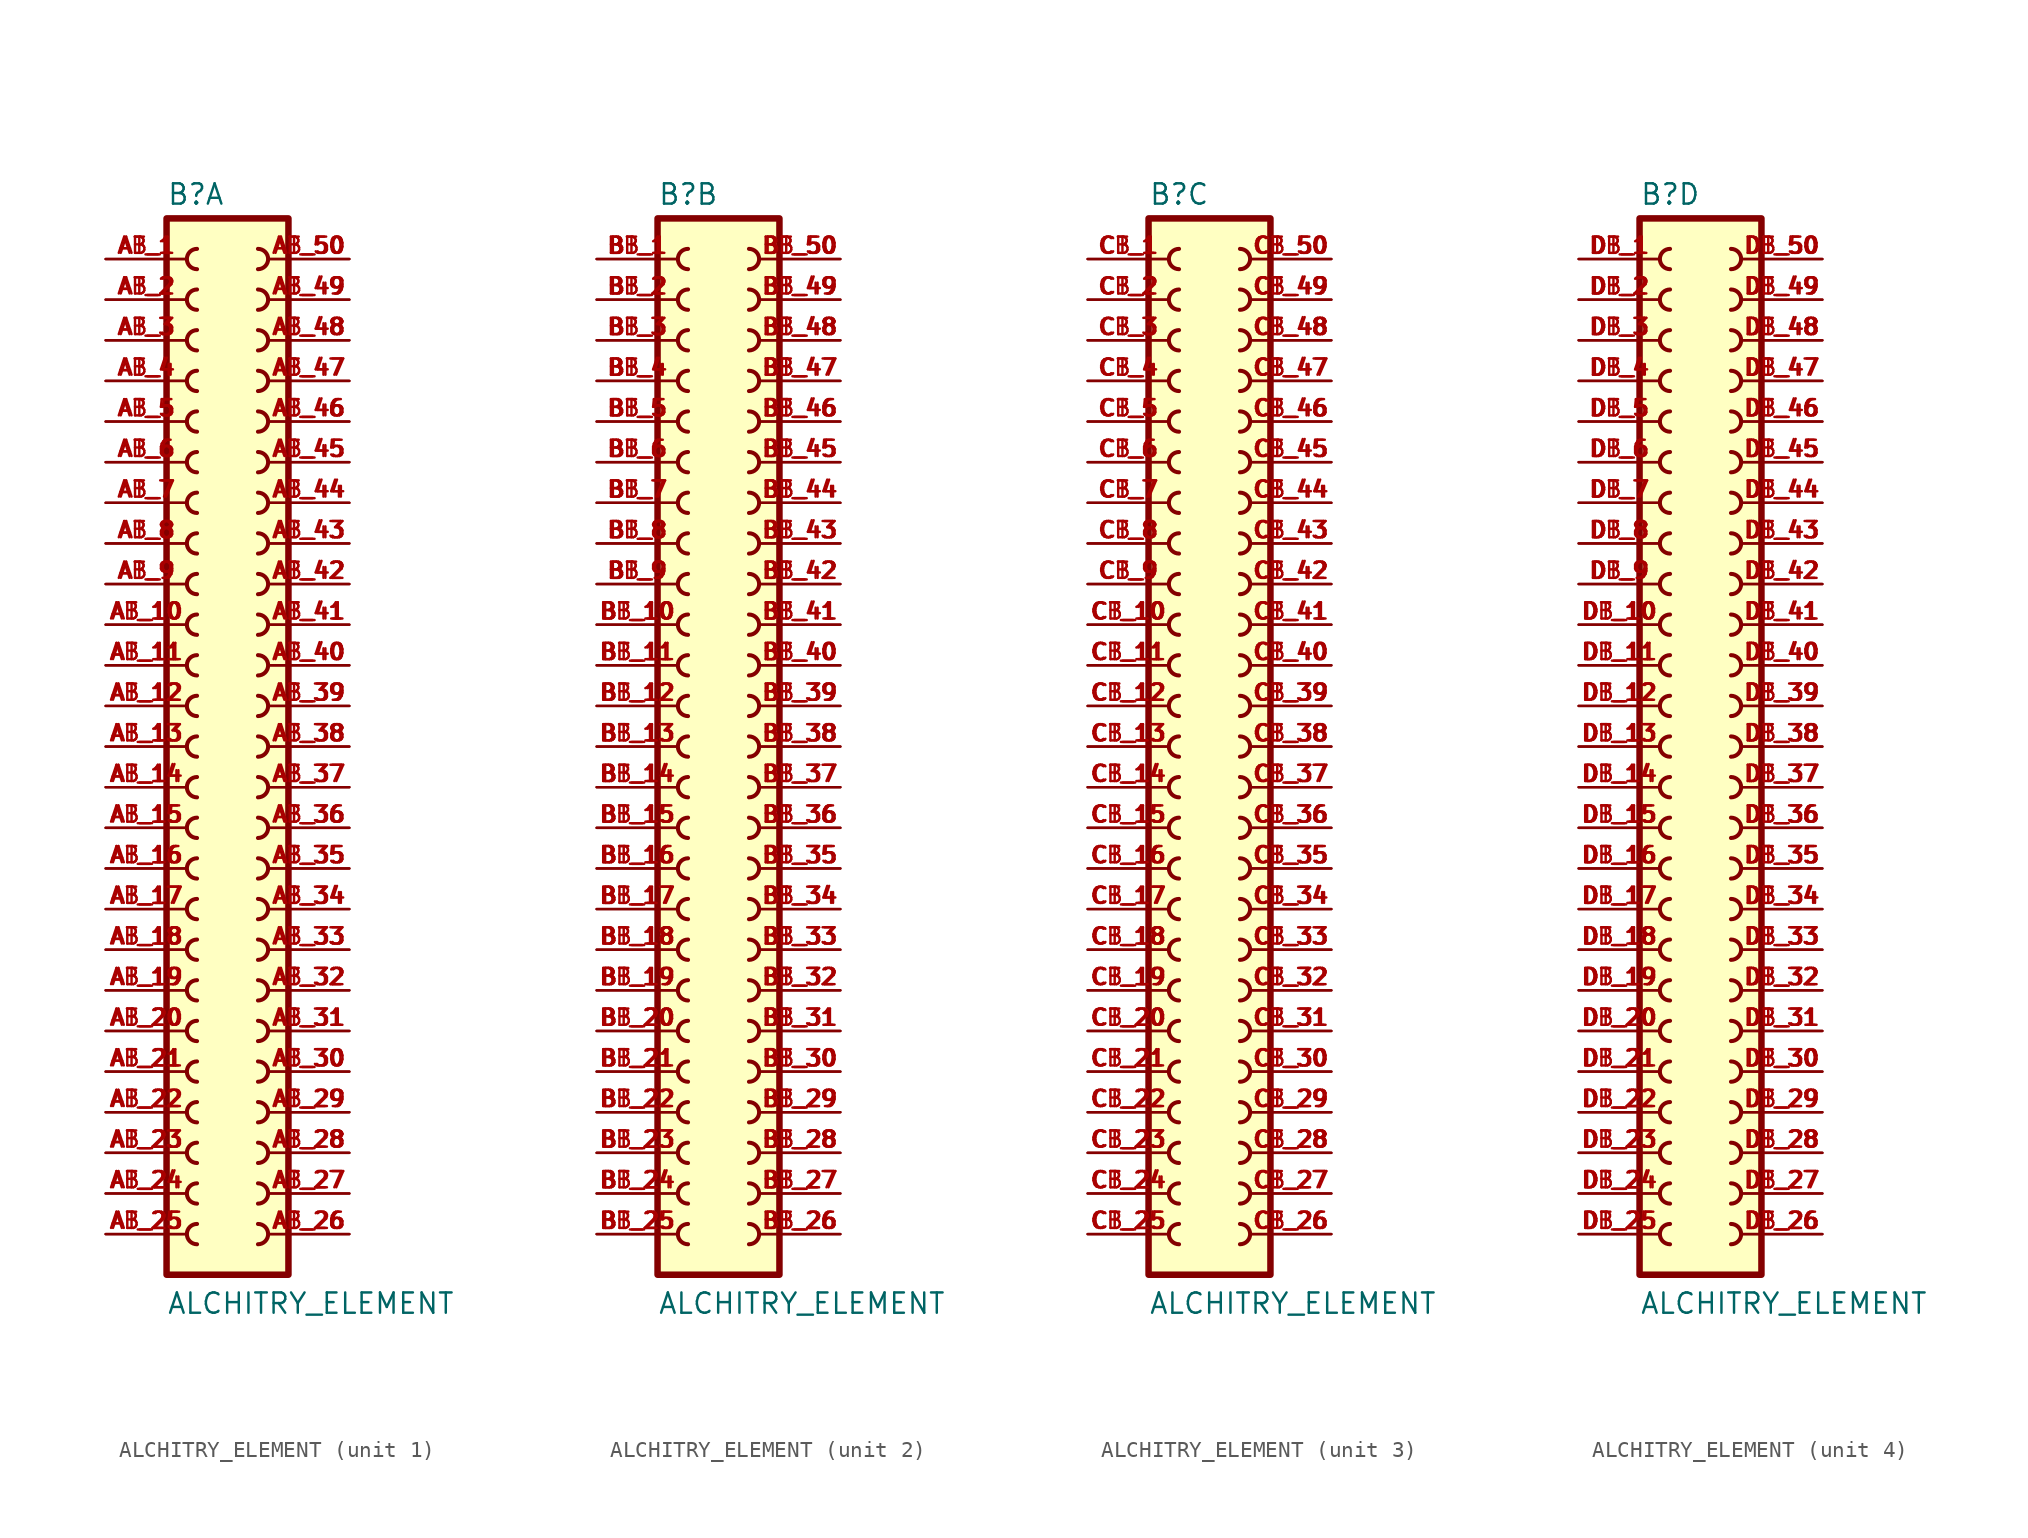
<source format=kicad_sym>
(kicad_symbol_lib
  (version 20211014)
  (generator kicad_symbol_editor)
  (symbol "ALCHITRY_ELEMENT"
    (pin_names
      (offset 1.016))
    (property "Reference" "B"
      (at -3.81 31.242 0)
      (effects (font (size 1.27 1.27)) (justify bottom left)))
    (property "Value" "ALCHITRY_ELEMENT"
      (at -3.81 -38.1 0)
      (effects (font (size 1.27 1.27)) (justify bottom left)))
    (symbol "ALCHITRY_ELEMENT_1_0"
      (arc (start -1.905 -27.305) (mid -2.54 -27.94) (end -1.905 -28.575) (stroke (width 0.254) (type default) (color 0 0 0 0)) (fill (type none)))
      (arc (start -1.905 -29.845) (mid -2.54 -30.48) (end -1.905 -31.115) (stroke (width 0.254) (type default) (color 0 0 0 0)) (fill (type none)))
      (arc (start -1.905 -32.385) (mid -2.54 -33.02) (end -1.905 -33.655) (stroke (width 0.254) (type default) (color 0 0 0 0)) (fill (type none)))
      (arc (start 1.905 -28.575) (mid 2.54 -27.94) (end 1.905 -27.305) (stroke (width 0.254) (type default) (color 0 0 0 0)) (fill (type none)))
      (arc (start 1.905 -31.115) (mid 2.54 -30.48) (end 1.905 -29.845) (stroke (width 0.254) (type default) (color 0 0 0 0)) (fill (type none)))
      (arc (start 1.905 -33.655) (mid 2.54 -33.02) (end 1.905 -32.385) (stroke (width 0.254) (type default) (color 0 0 0 0)) (fill (type none)))
      (arc (start -1.905 -22.225) (mid -2.54 -22.86) (end -1.905 -23.495) (stroke (width 0.254) (type default) (color 0 0 0 0)) (fill (type none)))
      (arc (start -1.905 -24.765) (mid -2.54 -25.4) (end -1.905 -26.035) (stroke (width 0.254) (type default) (color 0 0 0 0)) (fill (type none)))
      (arc (start 1.905 -23.495) (mid 2.54 -22.86) (end 1.905 -22.225) (stroke (width 0.254) (type default) (color 0 0 0 0)) (fill (type none)))
      (arc (start 1.905 -26.035) (mid 2.54 -25.4) (end 1.905 -24.765) (stroke (width 0.254) (type default) (color 0 0 0 0)) (fill (type none)))
      (arc (start -1.905 -14.605) (mid -2.54 -15.24) (end -1.905 -15.875) (stroke (width 0.254) (type default) (color 0 0 0 0)) (fill (type none)))
      (arc (start -1.905 -17.145) (mid -2.54 -17.78) (end -1.905 -18.415) (stroke (width 0.254) (type default) (color 0 0 0 0)) (fill (type none)))
      (arc (start -1.905 -19.685) (mid -2.54 -20.32) (end -1.905 -20.955) (stroke (width 0.254) (type default) (color 0 0 0 0)) (fill (type none)))
      (arc (start 1.905 -15.875) (mid 2.54 -15.24) (end 1.905 -14.605) (stroke (width 0.254) (type default) (color 0 0 0 0)) (fill (type none)))
      (arc (start 1.905 -18.415) (mid 2.54 -17.78) (end 1.905 -17.145) (stroke (width 0.254) (type default) (color 0 0 0 0)) (fill (type none)))
      (arc (start 1.905 -20.955) (mid 2.54 -20.32) (end 1.905 -19.685) (stroke (width 0.254) (type default) (color 0 0 0 0)) (fill (type none)))
      (arc (start -1.905 -9.525) (mid -2.54 -10.16) (end -1.905 -10.795) (stroke (width 0.254) (type default) (color 0 0 0 0)) (fill (type none)))
      (arc (start -1.905 -12.065) (mid -2.54 -12.7) (end -1.905 -13.335) (stroke (width 0.254) (type default) (color 0 0 0 0)) (fill (type none)))
      (arc (start 1.905 -10.795) (mid 2.54 -10.16) (end 1.905 -9.525) (stroke (width 0.254) (type default) (color 0 0 0 0)) (fill (type none)))
      (arc (start 1.905 -13.335) (mid 2.54 -12.7) (end 1.905 -12.065) (stroke (width 0.254) (type default) (color 0 0 0 0)) (fill (type none)))
      (arc (start -1.905 -1.905) (mid -2.54 -2.54) (end -1.905 -3.175) (stroke (width 0.254) (type default) (color 0 0 0 0)) (fill (type none)))
      (arc (start -1.905 -4.445) (mid -2.54 -5.08) (end -1.905 -5.715) (stroke (width 0.254) (type default) (color 0 0 0 0)) (fill (type none)))
      (arc (start -1.905 -6.985) (mid -2.54 -7.62) (end -1.905 -8.255) (stroke (width 0.254) (type default) (color 0 0 0 0)) (fill (type none)))
      (arc (start 1.905 -3.175) (mid 2.54 -2.54) (end 1.905 -1.905) (stroke (width 0.254) (type default) (color 0 0 0 0)) (fill (type none)))
      (arc (start 1.905 -5.715) (mid 2.54 -5.08) (end 1.905 -4.445) (stroke (width 0.254) (type default) (color 0 0 0 0)) (fill (type none)))
      (arc (start 1.905 -8.255) (mid 2.54 -7.62) (end 1.905 -6.985) (stroke (width 0.254) (type default) (color 0 0 0 0)) (fill (type none)))
      (arc (start -1.905 3.175) (mid -2.54 2.54) (end -1.905 1.905) (stroke (width 0.254) (type default) (color 0 0 0 0)) (fill (type none)))
      (arc (start -1.905 0.635) (mid -2.54 -0.0) (end -1.905 -0.635) (stroke (width 0.254) (type default) (color 0 0 0 0)) (fill (type none)))
      (arc (start 1.905 1.905) (mid 2.54 2.54) (end 1.905 3.175) (stroke (width 0.254) (type default) (color 0 0 0 0)) (fill (type none)))
      (arc (start 1.905 -0.635) (mid 2.54 0.0) (end 1.905 0.635) (stroke (width 0.254) (type default) (color 0 0 0 0)) (fill (type none)))
      (arc (start -1.905 8.255) (mid -2.54 7.62) (end -1.905 6.985) (stroke (width 0.254) (type default) (color 0 0 0 0)) (fill (type none)))
      (arc (start -1.905 5.715) (mid -2.54 5.08) (end -1.905 4.445) (stroke (width 0.254) (type default) (color 0 0 0 0)) (fill (type none)))
      (arc (start 1.905 6.985) (mid 2.54 7.62) (end 1.905 8.255) (stroke (width 0.254) (type default) (color 0 0 0 0)) (fill (type none)))
      (arc (start 1.905 4.445) (mid 2.54 5.08) (end 1.905 5.715) (stroke (width 0.254) (type default) (color 0 0 0 0)) (fill (type none)))
      (arc (start -1.905 15.875) (mid -2.54 15.24) (end -1.905 14.605) (stroke (width 0.254) (type default) (color 0 0 0 0)) (fill (type none)))
      (arc (start -1.905 13.335) (mid -2.54 12.7) (end -1.905 12.065) (stroke (width 0.254) (type default) (color 0 0 0 0)) (fill (type none)))
      (arc (start -1.905 10.795) (mid -2.54 10.16) (end -1.905 9.525) (stroke (width 0.254) (type default) (color 0 0 0 0)) (fill (type none)))
      (arc (start 1.905 14.605) (mid 2.54 15.24) (end 1.905 15.875) (stroke (width 0.254) (type default) (color 0 0 0 0)) (fill (type none)))
      (arc (start 1.905 12.065) (mid 2.54 12.7) (end 1.905 13.335) (stroke (width 0.254) (type default) (color 0 0 0 0)) (fill (type none)))
      (arc (start 1.905 9.525) (mid 2.54 10.16) (end 1.905 10.795) (stroke (width 0.254) (type default) (color 0 0 0 0)) (fill (type none)))
      (arc (start 1.905 17.145) (mid 2.54 17.78) (end 1.905 18.415) (stroke (width 0.254) (type default) (color 0 0 0 0)) (fill (type none)))
      (arc (start 1.905 19.685) (mid 2.54 20.32) (end 1.905 20.955) (stroke (width 0.254) (type default) (color 0 0 0 0)) (fill (type none)))
      (arc (start 1.905 22.225) (mid 2.54 22.86) (end 1.905 23.495) (stroke (width 0.254) (type default) (color 0 0 0 0)) (fill (type none)))
      (arc (start -1.905 18.415) (mid -2.54 17.78) (end -1.905 17.145) (stroke (width 0.254) (type default) (color 0 0 0 0)) (fill (type none)))
      (arc (start -1.905 20.955) (mid -2.54 20.32) (end -1.905 19.685) (stroke (width 0.254) (type default) (color 0 0 0 0)) (fill (type none)))
      (arc (start -1.905 23.495) (mid -2.54 22.86) (end -1.905 22.225) (stroke (width 0.254) (type default) (color 0 0 0 0)) (fill (type none)))
      (arc (start 1.905 24.765) (mid 2.54 25.4) (end 1.905 26.035) (stroke (width 0.254) (type default) (color 0 0 0 0)) (fill (type none)))
      (arc (start 1.905 27.305) (mid 2.54 27.94) (end 1.905 28.575) (stroke (width 0.254) (type default) (color 0 0 0 0)) (fill (type none)))
      (arc (start -1.905 26.035) (mid -2.54 25.4) (end -1.905 24.765) (stroke (width 0.254) (type default) (color 0 0 0 0)) (fill (type none)))
      (arc (start -1.905 28.575) (mid -2.54 27.94) (end -1.905 27.305) (stroke (width 0.254) (type default) (color 0 0 0 0)) (fill (type none)))
      (rectangle (start -3.81 -35.56) (end 3.81 30.48) (stroke (width 0.406)) (fill (type background)))
      (pin passive line (at -7.62 27.94 0) (length 5.08) (name "~" (effects (font (size 1.016 1.016)))) (number "AB_1" (effects (font (size 1.016 1.016)))))
      (pin passive line (at -7.62 27.94 0) (length 5.08) (name "~" (effects (font (size 1.016 1.016)))) (number "AT_1" (effects (font (size 1.016 1.016)))))
      (pin passive line (at -7.62 25.4 0) (length 5.08) (name "~" (effects (font (size 1.016 1.016)))) (number "AB_2" (effects (font (size 1.016 1.016)))))
      (pin passive line (at -7.62 25.4 0) (length 5.08) (name "~" (effects (font (size 1.016 1.016)))) (number "AT_2" (effects (font (size 1.016 1.016)))))
      (pin passive line (at -7.62 22.86 0) (length 5.08) (name "~" (effects (font (size 1.016 1.016)))) (number "AB_3" (effects (font (size 1.016 1.016)))))
      (pin passive line (at -7.62 22.86 0) (length 5.08) (name "~" (effects (font (size 1.016 1.016)))) (number "AT_3" (effects (font (size 1.016 1.016)))))
      (pin passive line (at -7.62 20.32 0) (length 5.08) (name "~" (effects (font (size 1.016 1.016)))) (number "AB_4" (effects (font (size 1.016 1.016)))))
      (pin passive line (at -7.62 20.32 0) (length 5.08) (name "~" (effects (font (size 1.016 1.016)))) (number "AT_4" (effects (font (size 1.016 1.016)))))
      (pin passive line (at -7.62 17.78 0) (length 5.08) (name "~" (effects (font (size 1.016 1.016)))) (number "AB_5" (effects (font (size 1.016 1.016)))))
      (pin passive line (at -7.62 17.78 0) (length 5.08) (name "~" (effects (font (size 1.016 1.016)))) (number "AT_5" (effects (font (size 1.016 1.016)))))
      (pin passive line (at -7.62 15.24 0) (length 5.08) (name "~" (effects (font (size 1.016 1.016)))) (number "AB_6" (effects (font (size 1.016 1.016)))))
      (pin passive line (at -7.62 15.24 0) (length 5.08) (name "~" (effects (font (size 1.016 1.016)))) (number "AT_6" (effects (font (size 1.016 1.016)))))
      (pin passive line (at -7.62 12.7 0) (length 5.08) (name "~" (effects (font (size 1.016 1.016)))) (number "AB_7" (effects (font (size 1.016 1.016)))))
      (pin passive line (at -7.62 12.7 0) (length 5.08) (name "~" (effects (font (size 1.016 1.016)))) (number "AT_7" (effects (font (size 1.016 1.016)))))
      (pin passive line (at -7.62 10.16 0) (length 5.08) (name "~" (effects (font (size 1.016 1.016)))) (number "AB_8" (effects (font (size 1.016 1.016)))))
      (pin passive line (at -7.62 10.16 0) (length 5.08) (name "~" (effects (font (size 1.016 1.016)))) (number "AT_8" (effects (font (size 1.016 1.016)))))
      (pin passive line (at -7.62 7.62 0) (length 5.08) (name "~" (effects (font (size 1.016 1.016)))) (number "AB_9" (effects (font (size 1.016 1.016)))))
      (pin passive line (at -7.62 7.62 0) (length 5.08) (name "~" (effects (font (size 1.016 1.016)))) (number "AT_9" (effects (font (size 1.016 1.016)))))
      (pin passive line (at -7.62 5.08 0) (length 5.08) (name "~" (effects (font (size 1.016 1.016)))) (number "AB_10" (effects (font (size 1.016 1.016)))))
      (pin passive line (at -7.62 5.08 0) (length 5.08) (name "~" (effects (font (size 1.016 1.016)))) (number "AT_10" (effects (font (size 1.016 1.016)))))
      (pin passive line (at -7.62 2.54 0) (length 5.08) (name "~" (effects (font (size 1.016 1.016)))) (number "AB_11" (effects (font (size 1.016 1.016)))))
      (pin passive line (at -7.62 2.54 0) (length 5.08) (name "~" (effects (font (size 1.016 1.016)))) (number "AT_11" (effects (font (size 1.016 1.016)))))
      (pin passive line (at -7.62 0.0 0) (length 5.08) (name "~" (effects (font (size 1.016 1.016)))) (number "AB_12" (effects (font (size 1.016 1.016)))))
      (pin passive line (at -7.62 0.0 0) (length 5.08) (name "~" (effects (font (size 1.016 1.016)))) (number "AT_12" (effects (font (size 1.016 1.016)))))
      (pin passive line (at -7.62 -2.54 0) (length 5.08) (name "~" (effects (font (size 1.016 1.016)))) (number "AB_13" (effects (font (size 1.016 1.016)))))
      (pin passive line (at -7.62 -2.54 0) (length 5.08) (name "~" (effects (font (size 1.016 1.016)))) (number "AT_13" (effects (font (size 1.016 1.016)))))
      (pin passive line (at -7.62 -5.08 0) (length 5.08) (name "~" (effects (font (size 1.016 1.016)))) (number "AB_14" (effects (font (size 1.016 1.016)))))
      (pin passive line (at -7.62 -5.08 0) (length 5.08) (name "~" (effects (font (size 1.016 1.016)))) (number "AT_14" (effects (font (size 1.016 1.016)))))
      (pin passive line (at -7.62 -7.62 0) (length 5.08) (name "~" (effects (font (size 1.016 1.016)))) (number "AB_15" (effects (font (size 1.016 1.016)))))
      (pin passive line (at -7.62 -7.62 0) (length 5.08) (name "~" (effects (font (size 1.016 1.016)))) (number "AT_15" (effects (font (size 1.016 1.016)))))
      (pin passive line (at -7.62 -10.16 0) (length 5.08) (name "~" (effects (font (size 1.016 1.016)))) (number "AB_16" (effects (font (size 1.016 1.016)))))
      (pin passive line (at -7.62 -10.16 0) (length 5.08) (name "~" (effects (font (size 1.016 1.016)))) (number "AT_16" (effects (font (size 1.016 1.016)))))
      (pin passive line (at -7.62 -12.7 0) (length 5.08) (name "~" (effects (font (size 1.016 1.016)))) (number "AB_17" (effects (font (size 1.016 1.016)))))
      (pin passive line (at -7.62 -12.7 0) (length 5.08) (name "~" (effects (font (size 1.016 1.016)))) (number "AT_17" (effects (font (size 1.016 1.016)))))
      (pin passive line (at -7.62 -15.24 0) (length 5.08) (name "~" (effects (font (size 1.016 1.016)))) (number "AB_18" (effects (font (size 1.016 1.016)))))
      (pin passive line (at -7.62 -15.24 0) (length 5.08) (name "~" (effects (font (size 1.016 1.016)))) (number "AT_18" (effects (font (size 1.016 1.016)))))
      (pin passive line (at -7.62 -17.78 0) (length 5.08) (name "~" (effects (font (size 1.016 1.016)))) (number "AB_19" (effects (font (size 1.016 1.016)))))
      (pin passive line (at -7.62 -17.78 0) (length 5.08) (name "~" (effects (font (size 1.016 1.016)))) (number "AT_19" (effects (font (size 1.016 1.016)))))
      (pin passive line (at -7.62 -20.32 0) (length 5.08) (name "~" (effects (font (size 1.016 1.016)))) (number "AB_20" (effects (font (size 1.016 1.016)))))
      (pin passive line (at -7.62 -20.32 0) (length 5.08) (name "~" (effects (font (size 1.016 1.016)))) (number "AT_20" (effects (font (size 1.016 1.016)))))
      (pin passive line (at -7.62 -22.86 0) (length 5.08) (name "~" (effects (font (size 1.016 1.016)))) (number "AB_21" (effects (font (size 1.016 1.016)))))
      (pin passive line (at -7.62 -22.86 0) (length 5.08) (name "~" (effects (font (size 1.016 1.016)))) (number "AT_21" (effects (font (size 1.016 1.016)))))
      (pin passive line (at -7.62 -25.4 0) (length 5.08) (name "~" (effects (font (size 1.016 1.016)))) (number "AB_22" (effects (font (size 1.016 1.016)))))
      (pin passive line (at -7.62 -25.4 0) (length 5.08) (name "~" (effects (font (size 1.016 1.016)))) (number "AT_22" (effects (font (size 1.016 1.016)))))
      (pin passive line (at -7.62 -27.94 0) (length 5.08) (name "~" (effects (font (size 1.016 1.016)))) (number "AB_23" (effects (font (size 1.016 1.016)))))
      (pin passive line (at -7.62 -27.94 0) (length 5.08) (name "~" (effects (font (size 1.016 1.016)))) (number "AT_23" (effects (font (size 1.016 1.016)))))
      (pin passive line (at -7.62 -30.48 0) (length 5.08) (name "~" (effects (font (size 1.016 1.016)))) (number "AB_24" (effects (font (size 1.016 1.016)))))
      (pin passive line (at -7.62 -30.48 0) (length 5.08) (name "~" (effects (font (size 1.016 1.016)))) (number "AT_24" (effects (font (size 1.016 1.016)))))
      (pin passive line (at -7.62 -33.02 0) (length 5.08) (name "~" (effects (font (size 1.016 1.016)))) (number "AB_25" (effects (font (size 1.016 1.016)))))
      (pin passive line (at -7.62 -33.02 0) (length 5.08) (name "~" (effects (font (size 1.016 1.016)))) (number "AT_25" (effects (font (size 1.016 1.016)))))
      (pin passive line (at 7.62 -33.02 180.0) (length 5.08) (name "~" (effects (font (size 1.016 1.016)))) (number "AB_26" (effects (font (size 1.016 1.016)))))
      (pin passive line (at 7.62 -33.02 180.0) (length 5.08) (name "~" (effects (font (size 1.016 1.016)))) (number "AT_26" (effects (font (size 1.016 1.016)))))
      (pin passive line (at 7.62 -30.48 180.0) (length 5.08) (name "~" (effects (font (size 1.016 1.016)))) (number "AB_27" (effects (font (size 1.016 1.016)))))
      (pin passive line (at 7.62 -30.48 180.0) (length 5.08) (name "~" (effects (font (size 1.016 1.016)))) (number "AT_27" (effects (font (size 1.016 1.016)))))
      (pin passive line (at 7.62 -27.94 180.0) (length 5.08) (name "~" (effects (font (size 1.016 1.016)))) (number "AB_28" (effects (font (size 1.016 1.016)))))
      (pin passive line (at 7.62 -27.94 180.0) (length 5.08) (name "~" (effects (font (size 1.016 1.016)))) (number "AT_28" (effects (font (size 1.016 1.016)))))
      (pin passive line (at 7.62 -25.4 180.0) (length 5.08) (name "~" (effects (font (size 1.016 1.016)))) (number "AB_29" (effects (font (size 1.016 1.016)))))
      (pin passive line (at 7.62 -25.4 180.0) (length 5.08) (name "~" (effects (font (size 1.016 1.016)))) (number "AT_29" (effects (font (size 1.016 1.016)))))
      (pin passive line (at 7.62 -22.86 180.0) (length 5.08) (name "~" (effects (font (size 1.016 1.016)))) (number "AB_30" (effects (font (size 1.016 1.016)))))
      (pin passive line (at 7.62 -22.86 180.0) (length 5.08) (name "~" (effects (font (size 1.016 1.016)))) (number "AT_30" (effects (font (size 1.016 1.016)))))
      (pin passive line (at 7.62 -20.32 180.0) (length 5.08) (name "~" (effects (font (size 1.016 1.016)))) (number "AB_31" (effects (font (size 1.016 1.016)))))
      (pin passive line (at 7.62 -20.32 180.0) (length 5.08) (name "~" (effects (font (size 1.016 1.016)))) (number "AT_31" (effects (font (size 1.016 1.016)))))
      (pin passive line (at 7.62 -17.78 180.0) (length 5.08) (name "~" (effects (font (size 1.016 1.016)))) (number "AB_32" (effects (font (size 1.016 1.016)))))
      (pin passive line (at 7.62 -17.78 180.0) (length 5.08) (name "~" (effects (font (size 1.016 1.016)))) (number "AT_32" (effects (font (size 1.016 1.016)))))
      (pin passive line (at 7.62 -15.24 180.0) (length 5.08) (name "~" (effects (font (size 1.016 1.016)))) (number "AB_33" (effects (font (size 1.016 1.016)))))
      (pin passive line (at 7.62 -15.24 180.0) (length 5.08) (name "~" (effects (font (size 1.016 1.016)))) (number "AT_33" (effects (font (size 1.016 1.016)))))
      (pin passive line (at 7.62 -12.7 180.0) (length 5.08) (name "~" (effects (font (size 1.016 1.016)))) (number "AB_34" (effects (font (size 1.016 1.016)))))
      (pin passive line (at 7.62 -12.7 180.0) (length 5.08) (name "~" (effects (font (size 1.016 1.016)))) (number "AT_34" (effects (font (size 1.016 1.016)))))
      (pin passive line (at 7.62 -10.16 180.0) (length 5.08) (name "~" (effects (font (size 1.016 1.016)))) (number "AB_35" (effects (font (size 1.016 1.016)))))
      (pin passive line (at 7.62 -10.16 180.0) (length 5.08) (name "~" (effects (font (size 1.016 1.016)))) (number "AT_35" (effects (font (size 1.016 1.016)))))
      (pin passive line (at 7.62 -7.62 180.0) (length 5.08) (name "~" (effects (font (size 1.016 1.016)))) (number "AB_36" (effects (font (size 1.016 1.016)))))
      (pin passive line (at 7.62 -7.62 180.0) (length 5.08) (name "~" (effects (font (size 1.016 1.016)))) (number "AT_36" (effects (font (size 1.016 1.016)))))
      (pin passive line (at 7.62 -5.08 180.0) (length 5.08) (name "~" (effects (font (size 1.016 1.016)))) (number "AB_37" (effects (font (size 1.016 1.016)))))
      (pin passive line (at 7.62 -5.08 180.0) (length 5.08) (name "~" (effects (font (size 1.016 1.016)))) (number "AT_37" (effects (font (size 1.016 1.016)))))
      (pin passive line (at 7.62 -2.54 180.0) (length 5.08) (name "~" (effects (font (size 1.016 1.016)))) (number "AB_38" (effects (font (size 1.016 1.016)))))
      (pin passive line (at 7.62 -2.54 180.0) (length 5.08) (name "~" (effects (font (size 1.016 1.016)))) (number "AT_38" (effects (font (size 1.016 1.016)))))
      (pin passive line (at 7.62 0.0 180.0) (length 5.08) (name "~" (effects (font (size 1.016 1.016)))) (number "AB_39" (effects (font (size 1.016 1.016)))))
      (pin passive line (at 7.62 0.0 180.0) (length 5.08) (name "~" (effects (font (size 1.016 1.016)))) (number "AT_39" (effects (font (size 1.016 1.016)))))
      (pin passive line (at 7.62 2.54 180.0) (length 5.08) (name "~" (effects (font (size 1.016 1.016)))) (number "AB_40" (effects (font (size 1.016 1.016)))))
      (pin passive line (at 7.62 2.54 180.0) (length 5.08) (name "~" (effects (font (size 1.016 1.016)))) (number "AT_40" (effects (font (size 1.016 1.016)))))
      (pin passive line (at 7.62 5.08 180.0) (length 5.08) (name "~" (effects (font (size 1.016 1.016)))) (number "AB_41" (effects (font (size 1.016 1.016)))))
      (pin passive line (at 7.62 5.08 180.0) (length 5.08) (name "~" (effects (font (size 1.016 1.016)))) (number "AT_41" (effects (font (size 1.016 1.016)))))
      (pin passive line (at 7.62 7.62 180.0) (length 5.08) (name "~" (effects (font (size 1.016 1.016)))) (number "AB_42" (effects (font (size 1.016 1.016)))))
      (pin passive line (at 7.62 7.62 180.0) (length 5.08) (name "~" (effects (font (size 1.016 1.016)))) (number "AT_42" (effects (font (size 1.016 1.016)))))
      (pin passive line (at 7.62 10.16 180.0) (length 5.08) (name "~" (effects (font (size 1.016 1.016)))) (number "AB_43" (effects (font (size 1.016 1.016)))))
      (pin passive line (at 7.62 10.16 180.0) (length 5.08) (name "~" (effects (font (size 1.016 1.016)))) (number "AT_43" (effects (font (size 1.016 1.016)))))
      (pin passive line (at 7.62 12.7 180.0) (length 5.08) (name "~" (effects (font (size 1.016 1.016)))) (number "AB_44" (effects (font (size 1.016 1.016)))))
      (pin passive line (at 7.62 12.7 180.0) (length 5.08) (name "~" (effects (font (size 1.016 1.016)))) (number "AT_44" (effects (font (size 1.016 1.016)))))
      (pin passive line (at 7.62 15.24 180.0) (length 5.08) (name "~" (effects (font (size 1.016 1.016)))) (number "AB_45" (effects (font (size 1.016 1.016)))))
      (pin passive line (at 7.62 15.24 180.0) (length 5.08) (name "~" (effects (font (size 1.016 1.016)))) (number "AT_45" (effects (font (size 1.016 1.016)))))
      (pin passive line (at 7.62 17.78 180.0) (length 5.08) (name "~" (effects (font (size 1.016 1.016)))) (number "AB_46" (effects (font (size 1.016 1.016)))))
      (pin passive line (at 7.62 17.78 180.0) (length 5.08) (name "~" (effects (font (size 1.016 1.016)))) (number "AT_46" (effects (font (size 1.016 1.016)))))
      (pin passive line (at 7.62 20.32 180.0) (length 5.08) (name "~" (effects (font (size 1.016 1.016)))) (number "AB_47" (effects (font (size 1.016 1.016)))))
      (pin passive line (at 7.62 20.32 180.0) (length 5.08) (name "~" (effects (font (size 1.016 1.016)))) (number "AT_47" (effects (font (size 1.016 1.016)))))
      (pin passive line (at 7.62 22.86 180.0) (length 5.08) (name "~" (effects (font (size 1.016 1.016)))) (number "AB_48" (effects (font (size 1.016 1.016)))))
      (pin passive line (at 7.62 22.86 180.0) (length 5.08) (name "~" (effects (font (size 1.016 1.016)))) (number "AT_48" (effects (font (size 1.016 1.016)))))
      (pin passive line (at 7.62 25.4 180.0) (length 5.08) (name "~" (effects (font (size 1.016 1.016)))) (number "AB_49" (effects (font (size 1.016 1.016)))))
      (pin passive line (at 7.62 25.4 180.0) (length 5.08) (name "~" (effects (font (size 1.016 1.016)))) (number "AT_49" (effects (font (size 1.016 1.016)))))
      (pin passive line (at 7.62 27.94 180.0) (length 5.08) (name "~" (effects (font (size 1.016 1.016)))) (number "AB_50" (effects (font (size 1.016 1.016)))))
      (pin passive line (at 7.62 27.94 180.0) (length 5.08) (name "~" (effects (font (size 1.016 1.016)))) (number "AT_50" (effects (font (size 1.016 1.016))))))
    (symbol "ALCHITRY_ELEMENT_2_0"
      (arc (start -1.905 -27.305) (mid -2.54 -27.94) (end -1.905 -28.575) (stroke (width 0.254) (type default) (color 0 0 0 0)) (fill (type none)))
      (arc (start -1.905 -29.845) (mid -2.54 -30.48) (end -1.905 -31.115) (stroke (width 0.254) (type default) (color 0 0 0 0)) (fill (type none)))
      (arc (start -1.905 -32.385) (mid -2.54 -33.02) (end -1.905 -33.655) (stroke (width 0.254) (type default) (color 0 0 0 0)) (fill (type none)))
      (arc (start 1.905 -28.575) (mid 2.54 -27.94) (end 1.905 -27.305) (stroke (width 0.254) (type default) (color 0 0 0 0)) (fill (type none)))
      (arc (start 1.905 -31.115) (mid 2.54 -30.48) (end 1.905 -29.845) (stroke (width 0.254) (type default) (color 0 0 0 0)) (fill (type none)))
      (arc (start 1.905 -33.655) (mid 2.54 -33.02) (end 1.905 -32.385) (stroke (width 0.254) (type default) (color 0 0 0 0)) (fill (type none)))
      (arc (start -1.905 -22.225) (mid -2.54 -22.86) (end -1.905 -23.495) (stroke (width 0.254) (type default) (color 0 0 0 0)) (fill (type none)))
      (arc (start -1.905 -24.765) (mid -2.54 -25.4) (end -1.905 -26.035) (stroke (width 0.254) (type default) (color 0 0 0 0)) (fill (type none)))
      (arc (start 1.905 -23.495) (mid 2.54 -22.86) (end 1.905 -22.225) (stroke (width 0.254) (type default) (color 0 0 0 0)) (fill (type none)))
      (arc (start 1.905 -26.035) (mid 2.54 -25.4) (end 1.905 -24.765) (stroke (width 0.254) (type default) (color 0 0 0 0)) (fill (type none)))
      (arc (start -1.905 -14.605) (mid -2.54 -15.24) (end -1.905 -15.875) (stroke (width 0.254) (type default) (color 0 0 0 0)) (fill (type none)))
      (arc (start -1.905 -17.145) (mid -2.54 -17.78) (end -1.905 -18.415) (stroke (width 0.254) (type default) (color 0 0 0 0)) (fill (type none)))
      (arc (start -1.905 -19.685) (mid -2.54 -20.32) (end -1.905 -20.955) (stroke (width 0.254) (type default) (color 0 0 0 0)) (fill (type none)))
      (arc (start 1.905 -15.875) (mid 2.54 -15.24) (end 1.905 -14.605) (stroke (width 0.254) (type default) (color 0 0 0 0)) (fill (type none)))
      (arc (start 1.905 -18.415) (mid 2.54 -17.78) (end 1.905 -17.145) (stroke (width 0.254) (type default) (color 0 0 0 0)) (fill (type none)))
      (arc (start 1.905 -20.955) (mid 2.54 -20.32) (end 1.905 -19.685) (stroke (width 0.254) (type default) (color 0 0 0 0)) (fill (type none)))
      (arc (start -1.905 -9.525) (mid -2.54 -10.16) (end -1.905 -10.795) (stroke (width 0.254) (type default) (color 0 0 0 0)) (fill (type none)))
      (arc (start -1.905 -12.065) (mid -2.54 -12.7) (end -1.905 -13.335) (stroke (width 0.254) (type default) (color 0 0 0 0)) (fill (type none)))
      (arc (start 1.905 -10.795) (mid 2.54 -10.16) (end 1.905 -9.525) (stroke (width 0.254) (type default) (color 0 0 0 0)) (fill (type none)))
      (arc (start 1.905 -13.335) (mid 2.54 -12.7) (end 1.905 -12.065) (stroke (width 0.254) (type default) (color 0 0 0 0)) (fill (type none)))
      (arc (start -1.905 -1.905) (mid -2.54 -2.54) (end -1.905 -3.175) (stroke (width 0.254) (type default) (color 0 0 0 0)) (fill (type none)))
      (arc (start -1.905 -4.445) (mid -2.54 -5.08) (end -1.905 -5.715) (stroke (width 0.254) (type default) (color 0 0 0 0)) (fill (type none)))
      (arc (start -1.905 -6.985) (mid -2.54 -7.62) (end -1.905 -8.255) (stroke (width 0.254) (type default) (color 0 0 0 0)) (fill (type none)))
      (arc (start 1.905 -3.175) (mid 2.54 -2.54) (end 1.905 -1.905) (stroke (width 0.254) (type default) (color 0 0 0 0)) (fill (type none)))
      (arc (start 1.905 -5.715) (mid 2.54 -5.08) (end 1.905 -4.445) (stroke (width 0.254) (type default) (color 0 0 0 0)) (fill (type none)))
      (arc (start 1.905 -8.255) (mid 2.54 -7.62) (end 1.905 -6.985) (stroke (width 0.254) (type default) (color 0 0 0 0)) (fill (type none)))
      (arc (start -1.905 3.175) (mid -2.54 2.54) (end -1.905 1.905) (stroke (width 0.254) (type default) (color 0 0 0 0)) (fill (type none)))
      (arc (start -1.905 0.635) (mid -2.54 -0.0) (end -1.905 -0.635) (stroke (width 0.254) (type default) (color 0 0 0 0)) (fill (type none)))
      (arc (start 1.905 1.905) (mid 2.54 2.54) (end 1.905 3.175) (stroke (width 0.254) (type default) (color 0 0 0 0)) (fill (type none)))
      (arc (start 1.905 -0.635) (mid 2.54 0.0) (end 1.905 0.635) (stroke (width 0.254) (type default) (color 0 0 0 0)) (fill (type none)))
      (arc (start -1.905 8.255) (mid -2.54 7.62) (end -1.905 6.985) (stroke (width 0.254) (type default) (color 0 0 0 0)) (fill (type none)))
      (arc (start -1.905 5.715) (mid -2.54 5.08) (end -1.905 4.445) (stroke (width 0.254) (type default) (color 0 0 0 0)) (fill (type none)))
      (arc (start 1.905 6.985) (mid 2.54 7.62) (end 1.905 8.255) (stroke (width 0.254) (type default) (color 0 0 0 0)) (fill (type none)))
      (arc (start 1.905 4.445) (mid 2.54 5.08) (end 1.905 5.715) (stroke (width 0.254) (type default) (color 0 0 0 0)) (fill (type none)))
      (arc (start -1.905 15.875) (mid -2.54 15.24) (end -1.905 14.605) (stroke (width 0.254) (type default) (color 0 0 0 0)) (fill (type none)))
      (arc (start -1.905 13.335) (mid -2.54 12.7) (end -1.905 12.065) (stroke (width 0.254) (type default) (color 0 0 0 0)) (fill (type none)))
      (arc (start -1.905 10.795) (mid -2.54 10.16) (end -1.905 9.525) (stroke (width 0.254) (type default) (color 0 0 0 0)) (fill (type none)))
      (arc (start 1.905 14.605) (mid 2.54 15.24) (end 1.905 15.875) (stroke (width 0.254) (type default) (color 0 0 0 0)) (fill (type none)))
      (arc (start 1.905 12.065) (mid 2.54 12.7) (end 1.905 13.335) (stroke (width 0.254) (type default) (color 0 0 0 0)) (fill (type none)))
      (arc (start 1.905 9.525) (mid 2.54 10.16) (end 1.905 10.795) (stroke (width 0.254) (type default) (color 0 0 0 0)) (fill (type none)))
      (arc (start 1.905 17.145) (mid 2.54 17.78) (end 1.905 18.415) (stroke (width 0.254) (type default) (color 0 0 0 0)) (fill (type none)))
      (arc (start 1.905 19.685) (mid 2.54 20.32) (end 1.905 20.955) (stroke (width 0.254) (type default) (color 0 0 0 0)) (fill (type none)))
      (arc (start 1.905 22.225) (mid 2.54 22.86) (end 1.905 23.495) (stroke (width 0.254) (type default) (color 0 0 0 0)) (fill (type none)))
      (arc (start -1.905 18.415) (mid -2.54 17.78) (end -1.905 17.145) (stroke (width 0.254) (type default) (color 0 0 0 0)) (fill (type none)))
      (arc (start -1.905 20.955) (mid -2.54 20.32) (end -1.905 19.685) (stroke (width 0.254) (type default) (color 0 0 0 0)) (fill (type none)))
      (arc (start -1.905 23.495) (mid -2.54 22.86) (end -1.905 22.225) (stroke (width 0.254) (type default) (color 0 0 0 0)) (fill (type none)))
      (arc (start 1.905 24.765) (mid 2.54 25.4) (end 1.905 26.035) (stroke (width 0.254) (type default) (color 0 0 0 0)) (fill (type none)))
      (arc (start 1.905 27.305) (mid 2.54 27.94) (end 1.905 28.575) (stroke (width 0.254) (type default) (color 0 0 0 0)) (fill (type none)))
      (arc (start -1.905 26.035) (mid -2.54 25.4) (end -1.905 24.765) (stroke (width 0.254) (type default) (color 0 0 0 0)) (fill (type none)))
      (arc (start -1.905 28.575) (mid -2.54 27.94) (end -1.905 27.305) (stroke (width 0.254) (type default) (color 0 0 0 0)) (fill (type none)))
      (rectangle (start -3.81 -35.56) (end 3.81 30.48) (stroke (width 0.406)) (fill (type background)))
      (pin passive line (at -7.62 27.94 0) (length 5.08) (name "~" (effects (font (size 1.016 1.016)))) (number "BB_1" (effects (font (size 1.016 1.016)))))
      (pin passive line (at -7.62 27.94 0) (length 5.08) (name "~" (effects (font (size 1.016 1.016)))) (number "BT_1" (effects (font (size 1.016 1.016)))))
      (pin passive line (at -7.62 25.4 0) (length 5.08) (name "~" (effects (font (size 1.016 1.016)))) (number "BB_2" (effects (font (size 1.016 1.016)))))
      (pin passive line (at -7.62 25.4 0) (length 5.08) (name "~" (effects (font (size 1.016 1.016)))) (number "BT_2" (effects (font (size 1.016 1.016)))))
      (pin passive line (at -7.62 22.86 0) (length 5.08) (name "~" (effects (font (size 1.016 1.016)))) (number "BB_3" (effects (font (size 1.016 1.016)))))
      (pin passive line (at -7.62 22.86 0) (length 5.08) (name "~" (effects (font (size 1.016 1.016)))) (number "BT_3" (effects (font (size 1.016 1.016)))))
      (pin passive line (at -7.62 20.32 0) (length 5.08) (name "~" (effects (font (size 1.016 1.016)))) (number "BB_4" (effects (font (size 1.016 1.016)))))
      (pin passive line (at -7.62 20.32 0) (length 5.08) (name "~" (effects (font (size 1.016 1.016)))) (number "BT_4" (effects (font (size 1.016 1.016)))))
      (pin passive line (at -7.62 17.78 0) (length 5.08) (name "~" (effects (font (size 1.016 1.016)))) (number "BB_5" (effects (font (size 1.016 1.016)))))
      (pin passive line (at -7.62 17.78 0) (length 5.08) (name "~" (effects (font (size 1.016 1.016)))) (number "BT_5" (effects (font (size 1.016 1.016)))))
      (pin passive line (at -7.62 15.24 0) (length 5.08) (name "~" (effects (font (size 1.016 1.016)))) (number "BB_6" (effects (font (size 1.016 1.016)))))
      (pin passive line (at -7.62 15.24 0) (length 5.08) (name "~" (effects (font (size 1.016 1.016)))) (number "BT_6" (effects (font (size 1.016 1.016)))))
      (pin passive line (at -7.62 12.7 0) (length 5.08) (name "~" (effects (font (size 1.016 1.016)))) (number "BB_7" (effects (font (size 1.016 1.016)))))
      (pin passive line (at -7.62 12.7 0) (length 5.08) (name "~" (effects (font (size 1.016 1.016)))) (number "BT_7" (effects (font (size 1.016 1.016)))))
      (pin passive line (at -7.62 10.16 0) (length 5.08) (name "~" (effects (font (size 1.016 1.016)))) (number "BB_8" (effects (font (size 1.016 1.016)))))
      (pin passive line (at -7.62 10.16 0) (length 5.08) (name "~" (effects (font (size 1.016 1.016)))) (number "BT_8" (effects (font (size 1.016 1.016)))))
      (pin passive line (at -7.62 7.62 0) (length 5.08) (name "~" (effects (font (size 1.016 1.016)))) (number "BB_9" (effects (font (size 1.016 1.016)))))
      (pin passive line (at -7.62 7.62 0) (length 5.08) (name "~" (effects (font (size 1.016 1.016)))) (number "BT_9" (effects (font (size 1.016 1.016)))))
      (pin passive line (at -7.62 5.08 0) (length 5.08) (name "~" (effects (font (size 1.016 1.016)))) (number "BB_10" (effects (font (size 1.016 1.016)))))
      (pin passive line (at -7.62 5.08 0) (length 5.08) (name "~" (effects (font (size 1.016 1.016)))) (number "BT_10" (effects (font (size 1.016 1.016)))))
      (pin passive line (at -7.62 2.54 0) (length 5.08) (name "~" (effects (font (size 1.016 1.016)))) (number "BB_11" (effects (font (size 1.016 1.016)))))
      (pin passive line (at -7.62 2.54 0) (length 5.08) (name "~" (effects (font (size 1.016 1.016)))) (number "BT_11" (effects (font (size 1.016 1.016)))))
      (pin passive line (at -7.62 0.0 0) (length 5.08) (name "~" (effects (font (size 1.016 1.016)))) (number "BB_12" (effects (font (size 1.016 1.016)))))
      (pin passive line (at -7.62 0.0 0) (length 5.08) (name "~" (effects (font (size 1.016 1.016)))) (number "BT_12" (effects (font (size 1.016 1.016)))))
      (pin passive line (at -7.62 -2.54 0) (length 5.08) (name "~" (effects (font (size 1.016 1.016)))) (number "BB_13" (effects (font (size 1.016 1.016)))))
      (pin passive line (at -7.62 -2.54 0) (length 5.08) (name "~" (effects (font (size 1.016 1.016)))) (number "BT_13" (effects (font (size 1.016 1.016)))))
      (pin passive line (at -7.62 -5.08 0) (length 5.08) (name "~" (effects (font (size 1.016 1.016)))) (number "BB_14" (effects (font (size 1.016 1.016)))))
      (pin passive line (at -7.62 -5.08 0) (length 5.08) (name "~" (effects (font (size 1.016 1.016)))) (number "BT_14" (effects (font (size 1.016 1.016)))))
      (pin passive line (at -7.62 -7.62 0) (length 5.08) (name "~" (effects (font (size 1.016 1.016)))) (number "BB_15" (effects (font (size 1.016 1.016)))))
      (pin passive line (at -7.62 -7.62 0) (length 5.08) (name "~" (effects (font (size 1.016 1.016)))) (number "BT_15" (effects (font (size 1.016 1.016)))))
      (pin passive line (at -7.62 -10.16 0) (length 5.08) (name "~" (effects (font (size 1.016 1.016)))) (number "BB_16" (effects (font (size 1.016 1.016)))))
      (pin passive line (at -7.62 -10.16 0) (length 5.08) (name "~" (effects (font (size 1.016 1.016)))) (number "BT_16" (effects (font (size 1.016 1.016)))))
      (pin passive line (at -7.62 -12.7 0) (length 5.08) (name "~" (effects (font (size 1.016 1.016)))) (number "BB_17" (effects (font (size 1.016 1.016)))))
      (pin passive line (at -7.62 -12.7 0) (length 5.08) (name "~" (effects (font (size 1.016 1.016)))) (number "BT_17" (effects (font (size 1.016 1.016)))))
      (pin passive line (at -7.62 -15.24 0) (length 5.08) (name "~" (effects (font (size 1.016 1.016)))) (number "BB_18" (effects (font (size 1.016 1.016)))))
      (pin passive line (at -7.62 -15.24 0) (length 5.08) (name "~" (effects (font (size 1.016 1.016)))) (number "BT_18" (effects (font (size 1.016 1.016)))))
      (pin passive line (at -7.62 -17.78 0) (length 5.08) (name "~" (effects (font (size 1.016 1.016)))) (number "BB_19" (effects (font (size 1.016 1.016)))))
      (pin passive line (at -7.62 -17.78 0) (length 5.08) (name "~" (effects (font (size 1.016 1.016)))) (number "BT_19" (effects (font (size 1.016 1.016)))))
      (pin passive line (at -7.62 -20.32 0) (length 5.08) (name "~" (effects (font (size 1.016 1.016)))) (number "BB_20" (effects (font (size 1.016 1.016)))))
      (pin passive line (at -7.62 -20.32 0) (length 5.08) (name "~" (effects (font (size 1.016 1.016)))) (number "BT_20" (effects (font (size 1.016 1.016)))))
      (pin passive line (at -7.62 -22.86 0) (length 5.08) (name "~" (effects (font (size 1.016 1.016)))) (number "BB_21" (effects (font (size 1.016 1.016)))))
      (pin passive line (at -7.62 -22.86 0) (length 5.08) (name "~" (effects (font (size 1.016 1.016)))) (number "BT_21" (effects (font (size 1.016 1.016)))))
      (pin passive line (at -7.62 -25.4 0) (length 5.08) (name "~" (effects (font (size 1.016 1.016)))) (number "BB_22" (effects (font (size 1.016 1.016)))))
      (pin passive line (at -7.62 -25.4 0) (length 5.08) (name "~" (effects (font (size 1.016 1.016)))) (number "BT_22" (effects (font (size 1.016 1.016)))))
      (pin passive line (at -7.62 -27.94 0) (length 5.08) (name "~" (effects (font (size 1.016 1.016)))) (number "BB_23" (effects (font (size 1.016 1.016)))))
      (pin passive line (at -7.62 -27.94 0) (length 5.08) (name "~" (effects (font (size 1.016 1.016)))) (number "BT_23" (effects (font (size 1.016 1.016)))))
      (pin passive line (at -7.62 -30.48 0) (length 5.08) (name "~" (effects (font (size 1.016 1.016)))) (number "BB_24" (effects (font (size 1.016 1.016)))))
      (pin passive line (at -7.62 -30.48 0) (length 5.08) (name "~" (effects (font (size 1.016 1.016)))) (number "BT_24" (effects (font (size 1.016 1.016)))))
      (pin passive line (at -7.62 -33.02 0) (length 5.08) (name "~" (effects (font (size 1.016 1.016)))) (number "BB_25" (effects (font (size 1.016 1.016)))))
      (pin passive line (at -7.62 -33.02 0) (length 5.08) (name "~" (effects (font (size 1.016 1.016)))) (number "BT_25" (effects (font (size 1.016 1.016)))))
      (pin passive line (at 7.62 -33.02 180.0) (length 5.08) (name "~" (effects (font (size 1.016 1.016)))) (number "BB_26" (effects (font (size 1.016 1.016)))))
      (pin passive line (at 7.62 -33.02 180.0) (length 5.08) (name "~" (effects (font (size 1.016 1.016)))) (number "BT_26" (effects (font (size 1.016 1.016)))))
      (pin passive line (at 7.62 -30.48 180.0) (length 5.08) (name "~" (effects (font (size 1.016 1.016)))) (number "BB_27" (effects (font (size 1.016 1.016)))))
      (pin passive line (at 7.62 -30.48 180.0) (length 5.08) (name "~" (effects (font (size 1.016 1.016)))) (number "BT_27" (effects (font (size 1.016 1.016)))))
      (pin passive line (at 7.62 -27.94 180.0) (length 5.08) (name "~" (effects (font (size 1.016 1.016)))) (number "BB_28" (effects (font (size 1.016 1.016)))))
      (pin passive line (at 7.62 -27.94 180.0) (length 5.08) (name "~" (effects (font (size 1.016 1.016)))) (number "BT_28" (effects (font (size 1.016 1.016)))))
      (pin passive line (at 7.62 -25.4 180.0) (length 5.08) (name "~" (effects (font (size 1.016 1.016)))) (number "BB_29" (effects (font (size 1.016 1.016)))))
      (pin passive line (at 7.62 -25.4 180.0) (length 5.08) (name "~" (effects (font (size 1.016 1.016)))) (number "BT_29" (effects (font (size 1.016 1.016)))))
      (pin passive line (at 7.62 -22.86 180.0) (length 5.08) (name "~" (effects (font (size 1.016 1.016)))) (number "BB_30" (effects (font (size 1.016 1.016)))))
      (pin passive line (at 7.62 -22.86 180.0) (length 5.08) (name "~" (effects (font (size 1.016 1.016)))) (number "BT_30" (effects (font (size 1.016 1.016)))))
      (pin passive line (at 7.62 -20.32 180.0) (length 5.08) (name "~" (effects (font (size 1.016 1.016)))) (number "BB_31" (effects (font (size 1.016 1.016)))))
      (pin passive line (at 7.62 -20.32 180.0) (length 5.08) (name "~" (effects (font (size 1.016 1.016)))) (number "BT_31" (effects (font (size 1.016 1.016)))))
      (pin passive line (at 7.62 -17.78 180.0) (length 5.08) (name "~" (effects (font (size 1.016 1.016)))) (number "BB_32" (effects (font (size 1.016 1.016)))))
      (pin passive line (at 7.62 -17.78 180.0) (length 5.08) (name "~" (effects (font (size 1.016 1.016)))) (number "BT_32" (effects (font (size 1.016 1.016)))))
      (pin passive line (at 7.62 -15.24 180.0) (length 5.08) (name "~" (effects (font (size 1.016 1.016)))) (number "BB_33" (effects (font (size 1.016 1.016)))))
      (pin passive line (at 7.62 -15.24 180.0) (length 5.08) (name "~" (effects (font (size 1.016 1.016)))) (number "BT_33" (effects (font (size 1.016 1.016)))))
      (pin passive line (at 7.62 -12.7 180.0) (length 5.08) (name "~" (effects (font (size 1.016 1.016)))) (number "BB_34" (effects (font (size 1.016 1.016)))))
      (pin passive line (at 7.62 -12.7 180.0) (length 5.08) (name "~" (effects (font (size 1.016 1.016)))) (number "BT_34" (effects (font (size 1.016 1.016)))))
      (pin passive line (at 7.62 -10.16 180.0) (length 5.08) (name "~" (effects (font (size 1.016 1.016)))) (number "BB_35" (effects (font (size 1.016 1.016)))))
      (pin passive line (at 7.62 -10.16 180.0) (length 5.08) (name "~" (effects (font (size 1.016 1.016)))) (number "BT_35" (effects (font (size 1.016 1.016)))))
      (pin passive line (at 7.62 -7.62 180.0) (length 5.08) (name "~" (effects (font (size 1.016 1.016)))) (number "BB_36" (effects (font (size 1.016 1.016)))))
      (pin passive line (at 7.62 -7.62 180.0) (length 5.08) (name "~" (effects (font (size 1.016 1.016)))) (number "BT_36" (effects (font (size 1.016 1.016)))))
      (pin passive line (at 7.62 -5.08 180.0) (length 5.08) (name "~" (effects (font (size 1.016 1.016)))) (number "BB_37" (effects (font (size 1.016 1.016)))))
      (pin passive line (at 7.62 -5.08 180.0) (length 5.08) (name "~" (effects (font (size 1.016 1.016)))) (number "BT_37" (effects (font (size 1.016 1.016)))))
      (pin passive line (at 7.62 -2.54 180.0) (length 5.08) (name "~" (effects (font (size 1.016 1.016)))) (number "BB_38" (effects (font (size 1.016 1.016)))))
      (pin passive line (at 7.62 -2.54 180.0) (length 5.08) (name "~" (effects (font (size 1.016 1.016)))) (number "BT_38" (effects (font (size 1.016 1.016)))))
      (pin passive line (at 7.62 0.0 180.0) (length 5.08) (name "~" (effects (font (size 1.016 1.016)))) (number "BB_39" (effects (font (size 1.016 1.016)))))
      (pin passive line (at 7.62 0.0 180.0) (length 5.08) (name "~" (effects (font (size 1.016 1.016)))) (number "BT_39" (effects (font (size 1.016 1.016)))))
      (pin passive line (at 7.62 2.54 180.0) (length 5.08) (name "~" (effects (font (size 1.016 1.016)))) (number "BB_40" (effects (font (size 1.016 1.016)))))
      (pin passive line (at 7.62 2.54 180.0) (length 5.08) (name "~" (effects (font (size 1.016 1.016)))) (number "BT_40" (effects (font (size 1.016 1.016)))))
      (pin passive line (at 7.62 5.08 180.0) (length 5.08) (name "~" (effects (font (size 1.016 1.016)))) (number "BB_41" (effects (font (size 1.016 1.016)))))
      (pin passive line (at 7.62 5.08 180.0) (length 5.08) (name "~" (effects (font (size 1.016 1.016)))) (number "BT_41" (effects (font (size 1.016 1.016)))))
      (pin passive line (at 7.62 7.62 180.0) (length 5.08) (name "~" (effects (font (size 1.016 1.016)))) (number "BB_42" (effects (font (size 1.016 1.016)))))
      (pin passive line (at 7.62 7.62 180.0) (length 5.08) (name "~" (effects (font (size 1.016 1.016)))) (number "BT_42" (effects (font (size 1.016 1.016)))))
      (pin passive line (at 7.62 10.16 180.0) (length 5.08) (name "~" (effects (font (size 1.016 1.016)))) (number "BB_43" (effects (font (size 1.016 1.016)))))
      (pin passive line (at 7.62 10.16 180.0) (length 5.08) (name "~" (effects (font (size 1.016 1.016)))) (number "BT_43" (effects (font (size 1.016 1.016)))))
      (pin passive line (at 7.62 12.7 180.0) (length 5.08) (name "~" (effects (font (size 1.016 1.016)))) (number "BB_44" (effects (font (size 1.016 1.016)))))
      (pin passive line (at 7.62 12.7 180.0) (length 5.08) (name "~" (effects (font (size 1.016 1.016)))) (number "BT_44" (effects (font (size 1.016 1.016)))))
      (pin passive line (at 7.62 15.24 180.0) (length 5.08) (name "~" (effects (font (size 1.016 1.016)))) (number "BB_45" (effects (font (size 1.016 1.016)))))
      (pin passive line (at 7.62 15.24 180.0) (length 5.08) (name "~" (effects (font (size 1.016 1.016)))) (number "BT_45" (effects (font (size 1.016 1.016)))))
      (pin passive line (at 7.62 17.78 180.0) (length 5.08) (name "~" (effects (font (size 1.016 1.016)))) (number "BB_46" (effects (font (size 1.016 1.016)))))
      (pin passive line (at 7.62 17.78 180.0) (length 5.08) (name "~" (effects (font (size 1.016 1.016)))) (number "BT_46" (effects (font (size 1.016 1.016)))))
      (pin passive line (at 7.62 20.32 180.0) (length 5.08) (name "~" (effects (font (size 1.016 1.016)))) (number "BB_47" (effects (font (size 1.016 1.016)))))
      (pin passive line (at 7.62 20.32 180.0) (length 5.08) (name "~" (effects (font (size 1.016 1.016)))) (number "BT_47" (effects (font (size 1.016 1.016)))))
      (pin passive line (at 7.62 22.86 180.0) (length 5.08) (name "~" (effects (font (size 1.016 1.016)))) (number "BB_48" (effects (font (size 1.016 1.016)))))
      (pin passive line (at 7.62 22.86 180.0) (length 5.08) (name "~" (effects (font (size 1.016 1.016)))) (number "BT_48" (effects (font (size 1.016 1.016)))))
      (pin passive line (at 7.62 25.4 180.0) (length 5.08) (name "~" (effects (font (size 1.016 1.016)))) (number "BB_49" (effects (font (size 1.016 1.016)))))
      (pin passive line (at 7.62 25.4 180.0) (length 5.08) (name "~" (effects (font (size 1.016 1.016)))) (number "BT_49" (effects (font (size 1.016 1.016)))))
      (pin passive line (at 7.62 27.94 180.0) (length 5.08) (name "~" (effects (font (size 1.016 1.016)))) (number "BB_50" (effects (font (size 1.016 1.016)))))
      (pin passive line (at 7.62 27.94 180.0) (length 5.08) (name "~" (effects (font (size 1.016 1.016)))) (number "BT_50" (effects (font (size 1.016 1.016))))))
    (symbol "ALCHITRY_ELEMENT_3_0"
      (arc (start -1.905 -27.305) (mid -2.54 -27.94) (end -1.905 -28.575) (stroke (width 0.254) (type default) (color 0 0 0 0)) (fill (type none)))
      (arc (start -1.905 -29.845) (mid -2.54 -30.48) (end -1.905 -31.115) (stroke (width 0.254) (type default) (color 0 0 0 0)) (fill (type none)))
      (arc (start -1.905 -32.385) (mid -2.54 -33.02) (end -1.905 -33.655) (stroke (width 0.254) (type default) (color 0 0 0 0)) (fill (type none)))
      (arc (start 1.905 -28.575) (mid 2.54 -27.94) (end 1.905 -27.305) (stroke (width 0.254) (type default) (color 0 0 0 0)) (fill (type none)))
      (arc (start 1.905 -31.115) (mid 2.54 -30.48) (end 1.905 -29.845) (stroke (width 0.254) (type default) (color 0 0 0 0)) (fill (type none)))
      (arc (start 1.905 -33.655) (mid 2.54 -33.02) (end 1.905 -32.385) (stroke (width 0.254) (type default) (color 0 0 0 0)) (fill (type none)))
      (arc (start -1.905 -22.225) (mid -2.54 -22.86) (end -1.905 -23.495) (stroke (width 0.254) (type default) (color 0 0 0 0)) (fill (type none)))
      (arc (start -1.905 -24.765) (mid -2.54 -25.4) (end -1.905 -26.035) (stroke (width 0.254) (type default) (color 0 0 0 0)) (fill (type none)))
      (arc (start 1.905 -23.495) (mid 2.54 -22.86) (end 1.905 -22.225) (stroke (width 0.254) (type default) (color 0 0 0 0)) (fill (type none)))
      (arc (start 1.905 -26.035) (mid 2.54 -25.4) (end 1.905 -24.765) (stroke (width 0.254) (type default) (color 0 0 0 0)) (fill (type none)))
      (arc (start -1.905 -14.605) (mid -2.54 -15.24) (end -1.905 -15.875) (stroke (width 0.254) (type default) (color 0 0 0 0)) (fill (type none)))
      (arc (start -1.905 -17.145) (mid -2.54 -17.78) (end -1.905 -18.415) (stroke (width 0.254) (type default) (color 0 0 0 0)) (fill (type none)))
      (arc (start -1.905 -19.685) (mid -2.54 -20.32) (end -1.905 -20.955) (stroke (width 0.254) (type default) (color 0 0 0 0)) (fill (type none)))
      (arc (start 1.905 -15.875) (mid 2.54 -15.24) (end 1.905 -14.605) (stroke (width 0.254) (type default) (color 0 0 0 0)) (fill (type none)))
      (arc (start 1.905 -18.415) (mid 2.54 -17.78) (end 1.905 -17.145) (stroke (width 0.254) (type default) (color 0 0 0 0)) (fill (type none)))
      (arc (start 1.905 -20.955) (mid 2.54 -20.32) (end 1.905 -19.685) (stroke (width 0.254) (type default) (color 0 0 0 0)) (fill (type none)))
      (arc (start -1.905 -9.525) (mid -2.54 -10.16) (end -1.905 -10.795) (stroke (width 0.254) (type default) (color 0 0 0 0)) (fill (type none)))
      (arc (start -1.905 -12.065) (mid -2.54 -12.7) (end -1.905 -13.335) (stroke (width 0.254) (type default) (color 0 0 0 0)) (fill (type none)))
      (arc (start 1.905 -10.795) (mid 2.54 -10.16) (end 1.905 -9.525) (stroke (width 0.254) (type default) (color 0 0 0 0)) (fill (type none)))
      (arc (start 1.905 -13.335) (mid 2.54 -12.7) (end 1.905 -12.065) (stroke (width 0.254) (type default) (color 0 0 0 0)) (fill (type none)))
      (arc (start -1.905 -1.905) (mid -2.54 -2.54) (end -1.905 -3.175) (stroke (width 0.254) (type default) (color 0 0 0 0)) (fill (type none)))
      (arc (start -1.905 -4.445) (mid -2.54 -5.08) (end -1.905 -5.715) (stroke (width 0.254) (type default) (color 0 0 0 0)) (fill (type none)))
      (arc (start -1.905 -6.985) (mid -2.54 -7.62) (end -1.905 -8.255) (stroke (width 0.254) (type default) (color 0 0 0 0)) (fill (type none)))
      (arc (start 1.905 -3.175) (mid 2.54 -2.54) (end 1.905 -1.905) (stroke (width 0.254) (type default) (color 0 0 0 0)) (fill (type none)))
      (arc (start 1.905 -5.715) (mid 2.54 -5.08) (end 1.905 -4.445) (stroke (width 0.254) (type default) (color 0 0 0 0)) (fill (type none)))
      (arc (start 1.905 -8.255) (mid 2.54 -7.62) (end 1.905 -6.985) (stroke (width 0.254) (type default) (color 0 0 0 0)) (fill (type none)))
      (arc (start -1.905 3.175) (mid -2.54 2.54) (end -1.905 1.905) (stroke (width 0.254) (type default) (color 0 0 0 0)) (fill (type none)))
      (arc (start -1.905 0.635) (mid -2.54 -0.0) (end -1.905 -0.635) (stroke (width 0.254) (type default) (color 0 0 0 0)) (fill (type none)))
      (arc (start 1.905 1.905) (mid 2.54 2.54) (end 1.905 3.175) (stroke (width 0.254) (type default) (color 0 0 0 0)) (fill (type none)))
      (arc (start 1.905 -0.635) (mid 2.54 0.0) (end 1.905 0.635) (stroke (width 0.254) (type default) (color 0 0 0 0)) (fill (type none)))
      (arc (start -1.905 8.255) (mid -2.54 7.62) (end -1.905 6.985) (stroke (width 0.254) (type default) (color 0 0 0 0)) (fill (type none)))
      (arc (start -1.905 5.715) (mid -2.54 5.08) (end -1.905 4.445) (stroke (width 0.254) (type default) (color 0 0 0 0)) (fill (type none)))
      (arc (start 1.905 6.985) (mid 2.54 7.62) (end 1.905 8.255) (stroke (width 0.254) (type default) (color 0 0 0 0)) (fill (type none)))
      (arc (start 1.905 4.445) (mid 2.54 5.08) (end 1.905 5.715) (stroke (width 0.254) (type default) (color 0 0 0 0)) (fill (type none)))
      (arc (start -1.905 15.875) (mid -2.54 15.24) (end -1.905 14.605) (stroke (width 0.254) (type default) (color 0 0 0 0)) (fill (type none)))
      (arc (start -1.905 13.335) (mid -2.54 12.7) (end -1.905 12.065) (stroke (width 0.254) (type default) (color 0 0 0 0)) (fill (type none)))
      (arc (start -1.905 10.795) (mid -2.54 10.16) (end -1.905 9.525) (stroke (width 0.254) (type default) (color 0 0 0 0)) (fill (type none)))
      (arc (start 1.905 14.605) (mid 2.54 15.24) (end 1.905 15.875) (stroke (width 0.254) (type default) (color 0 0 0 0)) (fill (type none)))
      (arc (start 1.905 12.065) (mid 2.54 12.7) (end 1.905 13.335) (stroke (width 0.254) (type default) (color 0 0 0 0)) (fill (type none)))
      (arc (start 1.905 9.525) (mid 2.54 10.16) (end 1.905 10.795) (stroke (width 0.254) (type default) (color 0 0 0 0)) (fill (type none)))
      (arc (start 1.905 17.145) (mid 2.54 17.78) (end 1.905 18.415) (stroke (width 0.254) (type default) (color 0 0 0 0)) (fill (type none)))
      (arc (start 1.905 19.685) (mid 2.54 20.32) (end 1.905 20.955) (stroke (width 0.254) (type default) (color 0 0 0 0)) (fill (type none)))
      (arc (start 1.905 22.225) (mid 2.54 22.86) (end 1.905 23.495) (stroke (width 0.254) (type default) (color 0 0 0 0)) (fill (type none)))
      (arc (start -1.905 18.415) (mid -2.54 17.78) (end -1.905 17.145) (stroke (width 0.254) (type default) (color 0 0 0 0)) (fill (type none)))
      (arc (start -1.905 20.955) (mid -2.54 20.32) (end -1.905 19.685) (stroke (width 0.254) (type default) (color 0 0 0 0)) (fill (type none)))
      (arc (start -1.905 23.495) (mid -2.54 22.86) (end -1.905 22.225) (stroke (width 0.254) (type default) (color 0 0 0 0)) (fill (type none)))
      (arc (start 1.905 24.765) (mid 2.54 25.4) (end 1.905 26.035) (stroke (width 0.254) (type default) (color 0 0 0 0)) (fill (type none)))
      (arc (start 1.905 27.305) (mid 2.54 27.94) (end 1.905 28.575) (stroke (width 0.254) (type default) (color 0 0 0 0)) (fill (type none)))
      (arc (start -1.905 26.035) (mid -2.54 25.4) (end -1.905 24.765) (stroke (width 0.254) (type default) (color 0 0 0 0)) (fill (type none)))
      (arc (start -1.905 28.575) (mid -2.54 27.94) (end -1.905 27.305) (stroke (width 0.254) (type default) (color 0 0 0 0)) (fill (type none)))
      (rectangle (start -3.81 -35.56) (end 3.81 30.48) (stroke (width 0.406)) (fill (type background)))
      (pin passive line (at -7.62 27.94 0) (length 5.08) (name "~" (effects (font (size 1.016 1.016)))) (number "CB_1" (effects (font (size 1.016 1.016)))))
      (pin passive line (at -7.62 27.94 0) (length 5.08) (name "~" (effects (font (size 1.016 1.016)))) (number "CT_1" (effects (font (size 1.016 1.016)))))
      (pin passive line (at -7.62 25.4 0) (length 5.08) (name "~" (effects (font (size 1.016 1.016)))) (number "CB_2" (effects (font (size 1.016 1.016)))))
      (pin passive line (at -7.62 25.4 0) (length 5.08) (name "~" (effects (font (size 1.016 1.016)))) (number "CT_2" (effects (font (size 1.016 1.016)))))
      (pin passive line (at -7.62 22.86 0) (length 5.08) (name "~" (effects (font (size 1.016 1.016)))) (number "CB_3" (effects (font (size 1.016 1.016)))))
      (pin passive line (at -7.62 22.86 0) (length 5.08) (name "~" (effects (font (size 1.016 1.016)))) (number "CT_3" (effects (font (size 1.016 1.016)))))
      (pin passive line (at -7.62 20.32 0) (length 5.08) (name "~" (effects (font (size 1.016 1.016)))) (number "CB_4" (effects (font (size 1.016 1.016)))))
      (pin passive line (at -7.62 20.32 0) (length 5.08) (name "~" (effects (font (size 1.016 1.016)))) (number "CT_4" (effects (font (size 1.016 1.016)))))
      (pin passive line (at -7.62 17.78 0) (length 5.08) (name "~" (effects (font (size 1.016 1.016)))) (number "CB_5" (effects (font (size 1.016 1.016)))))
      (pin passive line (at -7.62 17.78 0) (length 5.08) (name "~" (effects (font (size 1.016 1.016)))) (number "CT_5" (effects (font (size 1.016 1.016)))))
      (pin passive line (at -7.62 15.24 0) (length 5.08) (name "~" (effects (font (size 1.016 1.016)))) (number "CB_6" (effects (font (size 1.016 1.016)))))
      (pin passive line (at -7.62 15.24 0) (length 5.08) (name "~" (effects (font (size 1.016 1.016)))) (number "CT_6" (effects (font (size 1.016 1.016)))))
      (pin passive line (at -7.62 12.7 0) (length 5.08) (name "~" (effects (font (size 1.016 1.016)))) (number "CB_7" (effects (font (size 1.016 1.016)))))
      (pin passive line (at -7.62 12.7 0) (length 5.08) (name "~" (effects (font (size 1.016 1.016)))) (number "CT_7" (effects (font (size 1.016 1.016)))))
      (pin passive line (at -7.62 10.16 0) (length 5.08) (name "~" (effects (font (size 1.016 1.016)))) (number "CB_8" (effects (font (size 1.016 1.016)))))
      (pin passive line (at -7.62 10.16 0) (length 5.08) (name "~" (effects (font (size 1.016 1.016)))) (number "CT_8" (effects (font (size 1.016 1.016)))))
      (pin passive line (at -7.62 7.62 0) (length 5.08) (name "~" (effects (font (size 1.016 1.016)))) (number "CB_9" (effects (font (size 1.016 1.016)))))
      (pin passive line (at -7.62 7.62 0) (length 5.08) (name "~" (effects (font (size 1.016 1.016)))) (number "CT_9" (effects (font (size 1.016 1.016)))))
      (pin passive line (at -7.62 5.08 0) (length 5.08) (name "~" (effects (font (size 1.016 1.016)))) (number "CB_10" (effects (font (size 1.016 1.016)))))
      (pin passive line (at -7.62 5.08 0) (length 5.08) (name "~" (effects (font (size 1.016 1.016)))) (number "CT_10" (effects (font (size 1.016 1.016)))))
      (pin passive line (at -7.62 2.54 0) (length 5.08) (name "~" (effects (font (size 1.016 1.016)))) (number "CB_11" (effects (font (size 1.016 1.016)))))
      (pin passive line (at -7.62 2.54 0) (length 5.08) (name "~" (effects (font (size 1.016 1.016)))) (number "CT_11" (effects (font (size 1.016 1.016)))))
      (pin passive line (at -7.62 0.0 0) (length 5.08) (name "~" (effects (font (size 1.016 1.016)))) (number "CB_12" (effects (font (size 1.016 1.016)))))
      (pin passive line (at -7.62 0.0 0) (length 5.08) (name "~" (effects (font (size 1.016 1.016)))) (number "CT_12" (effects (font (size 1.016 1.016)))))
      (pin passive line (at -7.62 -2.54 0) (length 5.08) (name "~" (effects (font (size 1.016 1.016)))) (number "CB_13" (effects (font (size 1.016 1.016)))))
      (pin passive line (at -7.62 -2.54 0) (length 5.08) (name "~" (effects (font (size 1.016 1.016)))) (number "CT_13" (effects (font (size 1.016 1.016)))))
      (pin passive line (at -7.62 -5.08 0) (length 5.08) (name "~" (effects (font (size 1.016 1.016)))) (number "CB_14" (effects (font (size 1.016 1.016)))))
      (pin passive line (at -7.62 -5.08 0) (length 5.08) (name "~" (effects (font (size 1.016 1.016)))) (number "CT_14" (effects (font (size 1.016 1.016)))))
      (pin passive line (at -7.62 -7.62 0) (length 5.08) (name "~" (effects (font (size 1.016 1.016)))) (number "CB_15" (effects (font (size 1.016 1.016)))))
      (pin passive line (at -7.62 -7.62 0) (length 5.08) (name "~" (effects (font (size 1.016 1.016)))) (number "CT_15" (effects (font (size 1.016 1.016)))))
      (pin passive line (at -7.62 -10.16 0) (length 5.08) (name "~" (effects (font (size 1.016 1.016)))) (number "CB_16" (effects (font (size 1.016 1.016)))))
      (pin passive line (at -7.62 -10.16 0) (length 5.08) (name "~" (effects (font (size 1.016 1.016)))) (number "CT_16" (effects (font (size 1.016 1.016)))))
      (pin passive line (at -7.62 -12.7 0) (length 5.08) (name "~" (effects (font (size 1.016 1.016)))) (number "CB_17" (effects (font (size 1.016 1.016)))))
      (pin passive line (at -7.62 -12.7 0) (length 5.08) (name "~" (effects (font (size 1.016 1.016)))) (number "CT_17" (effects (font (size 1.016 1.016)))))
      (pin passive line (at -7.62 -15.24 0) (length 5.08) (name "~" (effects (font (size 1.016 1.016)))) (number "CB_18" (effects (font (size 1.016 1.016)))))
      (pin passive line (at -7.62 -15.24 0) (length 5.08) (name "~" (effects (font (size 1.016 1.016)))) (number "CT_18" (effects (font (size 1.016 1.016)))))
      (pin passive line (at -7.62 -17.78 0) (length 5.08) (name "~" (effects (font (size 1.016 1.016)))) (number "CB_19" (effects (font (size 1.016 1.016)))))
      (pin passive line (at -7.62 -17.78 0) (length 5.08) (name "~" (effects (font (size 1.016 1.016)))) (number "CT_19" (effects (font (size 1.016 1.016)))))
      (pin passive line (at -7.62 -20.32 0) (length 5.08) (name "~" (effects (font (size 1.016 1.016)))) (number "CB_20" (effects (font (size 1.016 1.016)))))
      (pin passive line (at -7.62 -20.32 0) (length 5.08) (name "~" (effects (font (size 1.016 1.016)))) (number "CT_20" (effects (font (size 1.016 1.016)))))
      (pin passive line (at -7.62 -22.86 0) (length 5.08) (name "~" (effects (font (size 1.016 1.016)))) (number "CB_21" (effects (font (size 1.016 1.016)))))
      (pin passive line (at -7.62 -22.86 0) (length 5.08) (name "~" (effects (font (size 1.016 1.016)))) (number "CT_21" (effects (font (size 1.016 1.016)))))
      (pin passive line (at -7.62 -25.4 0) (length 5.08) (name "~" (effects (font (size 1.016 1.016)))) (number "CB_22" (effects (font (size 1.016 1.016)))))
      (pin passive line (at -7.62 -25.4 0) (length 5.08) (name "~" (effects (font (size 1.016 1.016)))) (number "CT_22" (effects (font (size 1.016 1.016)))))
      (pin passive line (at -7.62 -27.94 0) (length 5.08) (name "~" (effects (font (size 1.016 1.016)))) (number "CB_23" (effects (font (size 1.016 1.016)))))
      (pin passive line (at -7.62 -27.94 0) (length 5.08) (name "~" (effects (font (size 1.016 1.016)))) (number "CT_23" (effects (font (size 1.016 1.016)))))
      (pin passive line (at -7.62 -30.48 0) (length 5.08) (name "~" (effects (font (size 1.016 1.016)))) (number "CB_24" (effects (font (size 1.016 1.016)))))
      (pin passive line (at -7.62 -30.48 0) (length 5.08) (name "~" (effects (font (size 1.016 1.016)))) (number "CT_24" (effects (font (size 1.016 1.016)))))
      (pin passive line (at -7.62 -33.02 0) (length 5.08) (name "~" (effects (font (size 1.016 1.016)))) (number "CB_25" (effects (font (size 1.016 1.016)))))
      (pin passive line (at -7.62 -33.02 0) (length 5.08) (name "~" (effects (font (size 1.016 1.016)))) (number "CT_25" (effects (font (size 1.016 1.016)))))
      (pin passive line (at 7.62 -33.02 180.0) (length 5.08) (name "~" (effects (font (size 1.016 1.016)))) (number "CB_26" (effects (font (size 1.016 1.016)))))
      (pin passive line (at 7.62 -33.02 180.0) (length 5.08) (name "~" (effects (font (size 1.016 1.016)))) (number "CT_26" (effects (font (size 1.016 1.016)))))
      (pin passive line (at 7.62 -30.48 180.0) (length 5.08) (name "~" (effects (font (size 1.016 1.016)))) (number "CB_27" (effects (font (size 1.016 1.016)))))
      (pin passive line (at 7.62 -30.48 180.0) (length 5.08) (name "~" (effects (font (size 1.016 1.016)))) (number "CT_27" (effects (font (size 1.016 1.016)))))
      (pin passive line (at 7.62 -27.94 180.0) (length 5.08) (name "~" (effects (font (size 1.016 1.016)))) (number "CB_28" (effects (font (size 1.016 1.016)))))
      (pin passive line (at 7.62 -27.94 180.0) (length 5.08) (name "~" (effects (font (size 1.016 1.016)))) (number "CT_28" (effects (font (size 1.016 1.016)))))
      (pin passive line (at 7.62 -25.4 180.0) (length 5.08) (name "~" (effects (font (size 1.016 1.016)))) (number "CB_29" (effects (font (size 1.016 1.016)))))
      (pin passive line (at 7.62 -25.4 180.0) (length 5.08) (name "~" (effects (font (size 1.016 1.016)))) (number "CT_29" (effects (font (size 1.016 1.016)))))
      (pin passive line (at 7.62 -22.86 180.0) (length 5.08) (name "~" (effects (font (size 1.016 1.016)))) (number "CB_30" (effects (font (size 1.016 1.016)))))
      (pin passive line (at 7.62 -22.86 180.0) (length 5.08) (name "~" (effects (font (size 1.016 1.016)))) (number "CT_30" (effects (font (size 1.016 1.016)))))
      (pin passive line (at 7.62 -20.32 180.0) (length 5.08) (name "~" (effects (font (size 1.016 1.016)))) (number "CB_31" (effects (font (size 1.016 1.016)))))
      (pin passive line (at 7.62 -20.32 180.0) (length 5.08) (name "~" (effects (font (size 1.016 1.016)))) (number "CT_31" (effects (font (size 1.016 1.016)))))
      (pin passive line (at 7.62 -17.78 180.0) (length 5.08) (name "~" (effects (font (size 1.016 1.016)))) (number "CB_32" (effects (font (size 1.016 1.016)))))
      (pin passive line (at 7.62 -17.78 180.0) (length 5.08) (name "~" (effects (font (size 1.016 1.016)))) (number "CT_32" (effects (font (size 1.016 1.016)))))
      (pin passive line (at 7.62 -15.24 180.0) (length 5.08) (name "~" (effects (font (size 1.016 1.016)))) (number "CB_33" (effects (font (size 1.016 1.016)))))
      (pin passive line (at 7.62 -15.24 180.0) (length 5.08) (name "~" (effects (font (size 1.016 1.016)))) (number "CT_33" (effects (font (size 1.016 1.016)))))
      (pin passive line (at 7.62 -12.7 180.0) (length 5.08) (name "~" (effects (font (size 1.016 1.016)))) (number "CB_34" (effects (font (size 1.016 1.016)))))
      (pin passive line (at 7.62 -12.7 180.0) (length 5.08) (name "~" (effects (font (size 1.016 1.016)))) (number "CT_34" (effects (font (size 1.016 1.016)))))
      (pin passive line (at 7.62 -10.16 180.0) (length 5.08) (name "~" (effects (font (size 1.016 1.016)))) (number "CB_35" (effects (font (size 1.016 1.016)))))
      (pin passive line (at 7.62 -10.16 180.0) (length 5.08) (name "~" (effects (font (size 1.016 1.016)))) (number "CT_35" (effects (font (size 1.016 1.016)))))
      (pin passive line (at 7.62 -7.62 180.0) (length 5.08) (name "~" (effects (font (size 1.016 1.016)))) (number "CB_36" (effects (font (size 1.016 1.016)))))
      (pin passive line (at 7.62 -7.62 180.0) (length 5.08) (name "~" (effects (font (size 1.016 1.016)))) (number "CT_36" (effects (font (size 1.016 1.016)))))
      (pin passive line (at 7.62 -5.08 180.0) (length 5.08) (name "~" (effects (font (size 1.016 1.016)))) (number "CB_37" (effects (font (size 1.016 1.016)))))
      (pin passive line (at 7.62 -5.08 180.0) (length 5.08) (name "~" (effects (font (size 1.016 1.016)))) (number "CT_37" (effects (font (size 1.016 1.016)))))
      (pin passive line (at 7.62 -2.54 180.0) (length 5.08) (name "~" (effects (font (size 1.016 1.016)))) (number "CB_38" (effects (font (size 1.016 1.016)))))
      (pin passive line (at 7.62 -2.54 180.0) (length 5.08) (name "~" (effects (font (size 1.016 1.016)))) (number "CT_38" (effects (font (size 1.016 1.016)))))
      (pin passive line (at 7.62 0.0 180.0) (length 5.08) (name "~" (effects (font (size 1.016 1.016)))) (number "CB_39" (effects (font (size 1.016 1.016)))))
      (pin passive line (at 7.62 0.0 180.0) (length 5.08) (name "~" (effects (font (size 1.016 1.016)))) (number "CT_39" (effects (font (size 1.016 1.016)))))
      (pin passive line (at 7.62 2.54 180.0) (length 5.08) (name "~" (effects (font (size 1.016 1.016)))) (number "CB_40" (effects (font (size 1.016 1.016)))))
      (pin passive line (at 7.62 2.54 180.0) (length 5.08) (name "~" (effects (font (size 1.016 1.016)))) (number "CT_40" (effects (font (size 1.016 1.016)))))
      (pin passive line (at 7.62 5.08 180.0) (length 5.08) (name "~" (effects (font (size 1.016 1.016)))) (number "CB_41" (effects (font (size 1.016 1.016)))))
      (pin passive line (at 7.62 5.08 180.0) (length 5.08) (name "~" (effects (font (size 1.016 1.016)))) (number "CT_41" (effects (font (size 1.016 1.016)))))
      (pin passive line (at 7.62 7.62 180.0) (length 5.08) (name "~" (effects (font (size 1.016 1.016)))) (number "CB_42" (effects (font (size 1.016 1.016)))))
      (pin passive line (at 7.62 7.62 180.0) (length 5.08) (name "~" (effects (font (size 1.016 1.016)))) (number "CT_42" (effects (font (size 1.016 1.016)))))
      (pin passive line (at 7.62 10.16 180.0) (length 5.08) (name "~" (effects (font (size 1.016 1.016)))) (number "CB_43" (effects (font (size 1.016 1.016)))))
      (pin passive line (at 7.62 10.16 180.0) (length 5.08) (name "~" (effects (font (size 1.016 1.016)))) (number "CT_43" (effects (font (size 1.016 1.016)))))
      (pin passive line (at 7.62 12.7 180.0) (length 5.08) (name "~" (effects (font (size 1.016 1.016)))) (number "CB_44" (effects (font (size 1.016 1.016)))))
      (pin passive line (at 7.62 12.7 180.0) (length 5.08) (name "~" (effects (font (size 1.016 1.016)))) (number "CT_44" (effects (font (size 1.016 1.016)))))
      (pin passive line (at 7.62 15.24 180.0) (length 5.08) (name "~" (effects (font (size 1.016 1.016)))) (number "CB_45" (effects (font (size 1.016 1.016)))))
      (pin passive line (at 7.62 15.24 180.0) (length 5.08) (name "~" (effects (font (size 1.016 1.016)))) (number "CT_45" (effects (font (size 1.016 1.016)))))
      (pin passive line (at 7.62 17.78 180.0) (length 5.08) (name "~" (effects (font (size 1.016 1.016)))) (number "CB_46" (effects (font (size 1.016 1.016)))))
      (pin passive line (at 7.62 17.78 180.0) (length 5.08) (name "~" (effects (font (size 1.016 1.016)))) (number "CT_46" (effects (font (size 1.016 1.016)))))
      (pin passive line (at 7.62 20.32 180.0) (length 5.08) (name "~" (effects (font (size 1.016 1.016)))) (number "CB_47" (effects (font (size 1.016 1.016)))))
      (pin passive line (at 7.62 20.32 180.0) (length 5.08) (name "~" (effects (font (size 1.016 1.016)))) (number "CT_47" (effects (font (size 1.016 1.016)))))
      (pin passive line (at 7.62 22.86 180.0) (length 5.08) (name "~" (effects (font (size 1.016 1.016)))) (number "CB_48" (effects (font (size 1.016 1.016)))))
      (pin passive line (at 7.62 22.86 180.0) (length 5.08) (name "~" (effects (font (size 1.016 1.016)))) (number "CT_48" (effects (font (size 1.016 1.016)))))
      (pin passive line (at 7.62 25.4 180.0) (length 5.08) (name "~" (effects (font (size 1.016 1.016)))) (number "CB_49" (effects (font (size 1.016 1.016)))))
      (pin passive line (at 7.62 25.4 180.0) (length 5.08) (name "~" (effects (font (size 1.016 1.016)))) (number "CT_49" (effects (font (size 1.016 1.016)))))
      (pin passive line (at 7.62 27.94 180.0) (length 5.08) (name "~" (effects (font (size 1.016 1.016)))) (number "CB_50" (effects (font (size 1.016 1.016)))))
      (pin passive line (at 7.62 27.94 180.0) (length 5.08) (name "~" (effects (font (size 1.016 1.016)))) (number "CT_50" (effects (font (size 1.016 1.016))))))
    (symbol "ALCHITRY_ELEMENT_4_0"
      (arc (start -1.905 -27.305) (mid -2.54 -27.94) (end -1.905 -28.575) (stroke (width 0.254) (type default) (color 0 0 0 0)) (fill (type none)))
      (arc (start -1.905 -29.845) (mid -2.54 -30.48) (end -1.905 -31.115) (stroke (width 0.254) (type default) (color 0 0 0 0)) (fill (type none)))
      (arc (start -1.905 -32.385) (mid -2.54 -33.02) (end -1.905 -33.655) (stroke (width 0.254) (type default) (color 0 0 0 0)) (fill (type none)))
      (arc (start 1.905 -28.575) (mid 2.54 -27.94) (end 1.905 -27.305) (stroke (width 0.254) (type default) (color 0 0 0 0)) (fill (type none)))
      (arc (start 1.905 -31.115) (mid 2.54 -30.48) (end 1.905 -29.845) (stroke (width 0.254) (type default) (color 0 0 0 0)) (fill (type none)))
      (arc (start 1.905 -33.655) (mid 2.54 -33.02) (end 1.905 -32.385) (stroke (width 0.254) (type default) (color 0 0 0 0)) (fill (type none)))
      (arc (start -1.905 -22.225) (mid -2.54 -22.86) (end -1.905 -23.495) (stroke (width 0.254) (type default) (color 0 0 0 0)) (fill (type none)))
      (arc (start -1.905 -24.765) (mid -2.54 -25.4) (end -1.905 -26.035) (stroke (width 0.254) (type default) (color 0 0 0 0)) (fill (type none)))
      (arc (start 1.905 -23.495) (mid 2.54 -22.86) (end 1.905 -22.225) (stroke (width 0.254) (type default) (color 0 0 0 0)) (fill (type none)))
      (arc (start 1.905 -26.035) (mid 2.54 -25.4) (end 1.905 -24.765) (stroke (width 0.254) (type default) (color 0 0 0 0)) (fill (type none)))
      (arc (start -1.905 -14.605) (mid -2.54 -15.24) (end -1.905 -15.875) (stroke (width 0.254) (type default) (color 0 0 0 0)) (fill (type none)))
      (arc (start -1.905 -17.145) (mid -2.54 -17.78) (end -1.905 -18.415) (stroke (width 0.254) (type default) (color 0 0 0 0)) (fill (type none)))
      (arc (start -1.905 -19.685) (mid -2.54 -20.32) (end -1.905 -20.955) (stroke (width 0.254) (type default) (color 0 0 0 0)) (fill (type none)))
      (arc (start 1.905 -15.875) (mid 2.54 -15.24) (end 1.905 -14.605) (stroke (width 0.254) (type default) (color 0 0 0 0)) (fill (type none)))
      (arc (start 1.905 -18.415) (mid 2.54 -17.78) (end 1.905 -17.145) (stroke (width 0.254) (type default) (color 0 0 0 0)) (fill (type none)))
      (arc (start 1.905 -20.955) (mid 2.54 -20.32) (end 1.905 -19.685) (stroke (width 0.254) (type default) (color 0 0 0 0)) (fill (type none)))
      (arc (start -1.905 -9.525) (mid -2.54 -10.16) (end -1.905 -10.795) (stroke (width 0.254) (type default) (color 0 0 0 0)) (fill (type none)))
      (arc (start -1.905 -12.065) (mid -2.54 -12.7) (end -1.905 -13.335) (stroke (width 0.254) (type default) (color 0 0 0 0)) (fill (type none)))
      (arc (start 1.905 -10.795) (mid 2.54 -10.16) (end 1.905 -9.525) (stroke (width 0.254) (type default) (color 0 0 0 0)) (fill (type none)))
      (arc (start 1.905 -13.335) (mid 2.54 -12.7) (end 1.905 -12.065) (stroke (width 0.254) (type default) (color 0 0 0 0)) (fill (type none)))
      (arc (start -1.905 -1.905) (mid -2.54 -2.54) (end -1.905 -3.175) (stroke (width 0.254) (type default) (color 0 0 0 0)) (fill (type none)))
      (arc (start -1.905 -4.445) (mid -2.54 -5.08) (end -1.905 -5.715) (stroke (width 0.254) (type default) (color 0 0 0 0)) (fill (type none)))
      (arc (start -1.905 -6.985) (mid -2.54 -7.62) (end -1.905 -8.255) (stroke (width 0.254) (type default) (color 0 0 0 0)) (fill (type none)))
      (arc (start 1.905 -3.175) (mid 2.54 -2.54) (end 1.905 -1.905) (stroke (width 0.254) (type default) (color 0 0 0 0)) (fill (type none)))
      (arc (start 1.905 -5.715) (mid 2.54 -5.08) (end 1.905 -4.445) (stroke (width 0.254) (type default) (color 0 0 0 0)) (fill (type none)))
      (arc (start 1.905 -8.255) (mid 2.54 -7.62) (end 1.905 -6.985) (stroke (width 0.254) (type default) (color 0 0 0 0)) (fill (type none)))
      (arc (start -1.905 3.175) (mid -2.54 2.54) (end -1.905 1.905) (stroke (width 0.254) (type default) (color 0 0 0 0)) (fill (type none)))
      (arc (start -1.905 0.635) (mid -2.54 -0.0) (end -1.905 -0.635) (stroke (width 0.254) (type default) (color 0 0 0 0)) (fill (type none)))
      (arc (start 1.905 1.905) (mid 2.54 2.54) (end 1.905 3.175) (stroke (width 0.254) (type default) (color 0 0 0 0)) (fill (type none)))
      (arc (start 1.905 -0.635) (mid 2.54 0.0) (end 1.905 0.635) (stroke (width 0.254) (type default) (color 0 0 0 0)) (fill (type none)))
      (arc (start -1.905 8.255) (mid -2.54 7.62) (end -1.905 6.985) (stroke (width 0.254) (type default) (color 0 0 0 0)) (fill (type none)))
      (arc (start -1.905 5.715) (mid -2.54 5.08) (end -1.905 4.445) (stroke (width 0.254) (type default) (color 0 0 0 0)) (fill (type none)))
      (arc (start 1.905 6.985) (mid 2.54 7.62) (end 1.905 8.255) (stroke (width 0.254) (type default) (color 0 0 0 0)) (fill (type none)))
      (arc (start 1.905 4.445) (mid 2.54 5.08) (end 1.905 5.715) (stroke (width 0.254) (type default) (color 0 0 0 0)) (fill (type none)))
      (arc (start -1.905 15.875) (mid -2.54 15.24) (end -1.905 14.605) (stroke (width 0.254) (type default) (color 0 0 0 0)) (fill (type none)))
      (arc (start -1.905 13.335) (mid -2.54 12.7) (end -1.905 12.065) (stroke (width 0.254) (type default) (color 0 0 0 0)) (fill (type none)))
      (arc (start -1.905 10.795) (mid -2.54 10.16) (end -1.905 9.525) (stroke (width 0.254) (type default) (color 0 0 0 0)) (fill (type none)))
      (arc (start 1.905 14.605) (mid 2.54 15.24) (end 1.905 15.875) (stroke (width 0.254) (type default) (color 0 0 0 0)) (fill (type none)))
      (arc (start 1.905 12.065) (mid 2.54 12.7) (end 1.905 13.335) (stroke (width 0.254) (type default) (color 0 0 0 0)) (fill (type none)))
      (arc (start 1.905 9.525) (mid 2.54 10.16) (end 1.905 10.795) (stroke (width 0.254) (type default) (color 0 0 0 0)) (fill (type none)))
      (arc (start 1.905 17.145) (mid 2.54 17.78) (end 1.905 18.415) (stroke (width 0.254) (type default) (color 0 0 0 0)) (fill (type none)))
      (arc (start 1.905 19.685) (mid 2.54 20.32) (end 1.905 20.955) (stroke (width 0.254) (type default) (color 0 0 0 0)) (fill (type none)))
      (arc (start 1.905 22.225) (mid 2.54 22.86) (end 1.905 23.495) (stroke (width 0.254) (type default) (color 0 0 0 0)) (fill (type none)))
      (arc (start -1.905 18.415) (mid -2.54 17.78) (end -1.905 17.145) (stroke (width 0.254) (type default) (color 0 0 0 0)) (fill (type none)))
      (arc (start -1.905 20.955) (mid -2.54 20.32) (end -1.905 19.685) (stroke (width 0.254) (type default) (color 0 0 0 0)) (fill (type none)))
      (arc (start -1.905 23.495) (mid -2.54 22.86) (end -1.905 22.225) (stroke (width 0.254) (type default) (color 0 0 0 0)) (fill (type none)))
      (arc (start 1.905 24.765) (mid 2.54 25.4) (end 1.905 26.035) (stroke (width 0.254) (type default) (color 0 0 0 0)) (fill (type none)))
      (arc (start 1.905 27.305) (mid 2.54 27.94) (end 1.905 28.575) (stroke (width 0.254) (type default) (color 0 0 0 0)) (fill (type none)))
      (arc (start -1.905 26.035) (mid -2.54 25.4) (end -1.905 24.765) (stroke (width 0.254) (type default) (color 0 0 0 0)) (fill (type none)))
      (arc (start -1.905 28.575) (mid -2.54 27.94) (end -1.905 27.305) (stroke (width 0.254) (type default) (color 0 0 0 0)) (fill (type none)))
      (rectangle (start -3.81 -35.56) (end 3.81 30.48) (stroke (width 0.406)) (fill (type background)))
      (pin passive line (at -7.62 27.94 0) (length 5.08) (name "~" (effects (font (size 1.016 1.016)))) (number "DB_1" (effects (font (size 1.016 1.016)))))
      (pin passive line (at -7.62 27.94 0) (length 5.08) (name "~" (effects (font (size 1.016 1.016)))) (number "DT_1" (effects (font (size 1.016 1.016)))))
      (pin passive line (at -7.62 25.4 0) (length 5.08) (name "~" (effects (font (size 1.016 1.016)))) (number "DB_2" (effects (font (size 1.016 1.016)))))
      (pin passive line (at -7.62 25.4 0) (length 5.08) (name "~" (effects (font (size 1.016 1.016)))) (number "DT_2" (effects (font (size 1.016 1.016)))))
      (pin passive line (at -7.62 22.86 0) (length 5.08) (name "~" (effects (font (size 1.016 1.016)))) (number "DB_3" (effects (font (size 1.016 1.016)))))
      (pin passive line (at -7.62 22.86 0) (length 5.08) (name "~" (effects (font (size 1.016 1.016)))) (number "DT_3" (effects (font (size 1.016 1.016)))))
      (pin passive line (at -7.62 20.32 0) (length 5.08) (name "~" (effects (font (size 1.016 1.016)))) (number "DB_4" (effects (font (size 1.016 1.016)))))
      (pin passive line (at -7.62 20.32 0) (length 5.08) (name "~" (effects (font (size 1.016 1.016)))) (number "DT_4" (effects (font (size 1.016 1.016)))))
      (pin passive line (at -7.62 17.78 0) (length 5.08) (name "~" (effects (font (size 1.016 1.016)))) (number "DB_5" (effects (font (size 1.016 1.016)))))
      (pin passive line (at -7.62 17.78 0) (length 5.08) (name "~" (effects (font (size 1.016 1.016)))) (number "DT_5" (effects (font (size 1.016 1.016)))))
      (pin passive line (at -7.62 15.24 0) (length 5.08) (name "~" (effects (font (size 1.016 1.016)))) (number "DB_6" (effects (font (size 1.016 1.016)))))
      (pin passive line (at -7.62 15.24 0) (length 5.08) (name "~" (effects (font (size 1.016 1.016)))) (number "DT_6" (effects (font (size 1.016 1.016)))))
      (pin passive line (at -7.62 12.7 0) (length 5.08) (name "~" (effects (font (size 1.016 1.016)))) (number "DB_7" (effects (font (size 1.016 1.016)))))
      (pin passive line (at -7.62 12.7 0) (length 5.08) (name "~" (effects (font (size 1.016 1.016)))) (number "DT_7" (effects (font (size 1.016 1.016)))))
      (pin passive line (at -7.62 10.16 0) (length 5.08) (name "~" (effects (font (size 1.016 1.016)))) (number "DB_8" (effects (font (size 1.016 1.016)))))
      (pin passive line (at -7.62 10.16 0) (length 5.08) (name "~" (effects (font (size 1.016 1.016)))) (number "DT_8" (effects (font (size 1.016 1.016)))))
      (pin passive line (at -7.62 7.62 0) (length 5.08) (name "~" (effects (font (size 1.016 1.016)))) (number "DB_9" (effects (font (size 1.016 1.016)))))
      (pin passive line (at -7.62 7.62 0) (length 5.08) (name "~" (effects (font (size 1.016 1.016)))) (number "DT_9" (effects (font (size 1.016 1.016)))))
      (pin passive line (at -7.62 5.08 0) (length 5.08) (name "~" (effects (font (size 1.016 1.016)))) (number "DB_10" (effects (font (size 1.016 1.016)))))
      (pin passive line (at -7.62 5.08 0) (length 5.08) (name "~" (effects (font (size 1.016 1.016)))) (number "DT_10" (effects (font (size 1.016 1.016)))))
      (pin passive line (at -7.62 2.54 0) (length 5.08) (name "~" (effects (font (size 1.016 1.016)))) (number "DB_11" (effects (font (size 1.016 1.016)))))
      (pin passive line (at -7.62 2.54 0) (length 5.08) (name "~" (effects (font (size 1.016 1.016)))) (number "DT_11" (effects (font (size 1.016 1.016)))))
      (pin passive line (at -7.62 0.0 0) (length 5.08) (name "~" (effects (font (size 1.016 1.016)))) (number "DB_12" (effects (font (size 1.016 1.016)))))
      (pin passive line (at -7.62 0.0 0) (length 5.08) (name "~" (effects (font (size 1.016 1.016)))) (number "DT_12" (effects (font (size 1.016 1.016)))))
      (pin passive line (at -7.62 -2.54 0) (length 5.08) (name "~" (effects (font (size 1.016 1.016)))) (number "DB_13" (effects (font (size 1.016 1.016)))))
      (pin passive line (at -7.62 -2.54 0) (length 5.08) (name "~" (effects (font (size 1.016 1.016)))) (number "DT_13" (effects (font (size 1.016 1.016)))))
      (pin passive line (at -7.62 -5.08 0) (length 5.08) (name "~" (effects (font (size 1.016 1.016)))) (number "DB_14" (effects (font (size 1.016 1.016)))))
      (pin passive line (at -7.62 -5.08 0) (length 5.08) (name "~" (effects (font (size 1.016 1.016)))) (number "DT_14" (effects (font (size 1.016 1.016)))))
      (pin passive line (at -7.62 -7.62 0) (length 5.08) (name "~" (effects (font (size 1.016 1.016)))) (number "DB_15" (effects (font (size 1.016 1.016)))))
      (pin passive line (at -7.62 -7.62 0) (length 5.08) (name "~" (effects (font (size 1.016 1.016)))) (number "DT_15" (effects (font (size 1.016 1.016)))))
      (pin passive line (at -7.62 -10.16 0) (length 5.08) (name "~" (effects (font (size 1.016 1.016)))) (number "DB_16" (effects (font (size 1.016 1.016)))))
      (pin passive line (at -7.62 -10.16 0) (length 5.08) (name "~" (effects (font (size 1.016 1.016)))) (number "DT_16" (effects (font (size 1.016 1.016)))))
      (pin passive line (at -7.62 -12.7 0) (length 5.08) (name "~" (effects (font (size 1.016 1.016)))) (number "DB_17" (effects (font (size 1.016 1.016)))))
      (pin passive line (at -7.62 -12.7 0) (length 5.08) (name "~" (effects (font (size 1.016 1.016)))) (number "DT_17" (effects (font (size 1.016 1.016)))))
      (pin passive line (at -7.62 -15.24 0) (length 5.08) (name "~" (effects (font (size 1.016 1.016)))) (number "DB_18" (effects (font (size 1.016 1.016)))))
      (pin passive line (at -7.62 -15.24 0) (length 5.08) (name "~" (effects (font (size 1.016 1.016)))) (number "DT_18" (effects (font (size 1.016 1.016)))))
      (pin passive line (at -7.62 -17.78 0) (length 5.08) (name "~" (effects (font (size 1.016 1.016)))) (number "DB_19" (effects (font (size 1.016 1.016)))))
      (pin passive line (at -7.62 -17.78 0) (length 5.08) (name "~" (effects (font (size 1.016 1.016)))) (number "DT_19" (effects (font (size 1.016 1.016)))))
      (pin passive line (at -7.62 -20.32 0) (length 5.08) (name "~" (effects (font (size 1.016 1.016)))) (number "DB_20" (effects (font (size 1.016 1.016)))))
      (pin passive line (at -7.62 -20.32 0) (length 5.08) (name "~" (effects (font (size 1.016 1.016)))) (number "DT_20" (effects (font (size 1.016 1.016)))))
      (pin passive line (at -7.62 -22.86 0) (length 5.08) (name "~" (effects (font (size 1.016 1.016)))) (number "DB_21" (effects (font (size 1.016 1.016)))))
      (pin passive line (at -7.62 -22.86 0) (length 5.08) (name "~" (effects (font (size 1.016 1.016)))) (number "DT_21" (effects (font (size 1.016 1.016)))))
      (pin passive line (at -7.62 -25.4 0) (length 5.08) (name "~" (effects (font (size 1.016 1.016)))) (number "DB_22" (effects (font (size 1.016 1.016)))))
      (pin passive line (at -7.62 -25.4 0) (length 5.08) (name "~" (effects (font (size 1.016 1.016)))) (number "DT_22" (effects (font (size 1.016 1.016)))))
      (pin passive line (at -7.62 -27.94 0) (length 5.08) (name "~" (effects (font (size 1.016 1.016)))) (number "DB_23" (effects (font (size 1.016 1.016)))))
      (pin passive line (at -7.62 -27.94 0) (length 5.08) (name "~" (effects (font (size 1.016 1.016)))) (number "DT_23" (effects (font (size 1.016 1.016)))))
      (pin passive line (at -7.62 -30.48 0) (length 5.08) (name "~" (effects (font (size 1.016 1.016)))) (number "DB_24" (effects (font (size 1.016 1.016)))))
      (pin passive line (at -7.62 -30.48 0) (length 5.08) (name "~" (effects (font (size 1.016 1.016)))) (number "DT_24" (effects (font (size 1.016 1.016)))))
      (pin passive line (at -7.62 -33.02 0) (length 5.08) (name "~" (effects (font (size 1.016 1.016)))) (number "DB_25" (effects (font (size 1.016 1.016)))))
      (pin passive line (at -7.62 -33.02 0) (length 5.08) (name "~" (effects (font (size 1.016 1.016)))) (number "DT_25" (effects (font (size 1.016 1.016)))))
      (pin passive line (at 7.62 -33.02 180.0) (length 5.08) (name "~" (effects (font (size 1.016 1.016)))) (number "DB_26" (effects (font (size 1.016 1.016)))))
      (pin passive line (at 7.62 -33.02 180.0) (length 5.08) (name "~" (effects (font (size 1.016 1.016)))) (number "DT_26" (effects (font (size 1.016 1.016)))))
      (pin passive line (at 7.62 -30.48 180.0) (length 5.08) (name "~" (effects (font (size 1.016 1.016)))) (number "DB_27" (effects (font (size 1.016 1.016)))))
      (pin passive line (at 7.62 -30.48 180.0) (length 5.08) (name "~" (effects (font (size 1.016 1.016)))) (number "DT_27" (effects (font (size 1.016 1.016)))))
      (pin passive line (at 7.62 -27.94 180.0) (length 5.08) (name "~" (effects (font (size 1.016 1.016)))) (number "DB_28" (effects (font (size 1.016 1.016)))))
      (pin passive line (at 7.62 -27.94 180.0) (length 5.08) (name "~" (effects (font (size 1.016 1.016)))) (number "DT_28" (effects (font (size 1.016 1.016)))))
      (pin passive line (at 7.62 -25.4 180.0) (length 5.08) (name "~" (effects (font (size 1.016 1.016)))) (number "DB_29" (effects (font (size 1.016 1.016)))))
      (pin passive line (at 7.62 -25.4 180.0) (length 5.08) (name "~" (effects (font (size 1.016 1.016)))) (number "DT_29" (effects (font (size 1.016 1.016)))))
      (pin passive line (at 7.62 -22.86 180.0) (length 5.08) (name "~" (effects (font (size 1.016 1.016)))) (number "DB_30" (effects (font (size 1.016 1.016)))))
      (pin passive line (at 7.62 -22.86 180.0) (length 5.08) (name "~" (effects (font (size 1.016 1.016)))) (number "DT_30" (effects (font (size 1.016 1.016)))))
      (pin passive line (at 7.62 -20.32 180.0) (length 5.08) (name "~" (effects (font (size 1.016 1.016)))) (number "DB_31" (effects (font (size 1.016 1.016)))))
      (pin passive line (at 7.62 -20.32 180.0) (length 5.08) (name "~" (effects (font (size 1.016 1.016)))) (number "DT_31" (effects (font (size 1.016 1.016)))))
      (pin passive line (at 7.62 -17.78 180.0) (length 5.08) (name "~" (effects (font (size 1.016 1.016)))) (number "DB_32" (effects (font (size 1.016 1.016)))))
      (pin passive line (at 7.62 -17.78 180.0) (length 5.08) (name "~" (effects (font (size 1.016 1.016)))) (number "DT_32" (effects (font (size 1.016 1.016)))))
      (pin passive line (at 7.62 -15.24 180.0) (length 5.08) (name "~" (effects (font (size 1.016 1.016)))) (number "DB_33" (effects (font (size 1.016 1.016)))))
      (pin passive line (at 7.62 -15.24 180.0) (length 5.08) (name "~" (effects (font (size 1.016 1.016)))) (number "DT_33" (effects (font (size 1.016 1.016)))))
      (pin passive line (at 7.62 -12.7 180.0) (length 5.08) (name "~" (effects (font (size 1.016 1.016)))) (number "DB_34" (effects (font (size 1.016 1.016)))))
      (pin passive line (at 7.62 -12.7 180.0) (length 5.08) (name "~" (effects (font (size 1.016 1.016)))) (number "DT_34" (effects (font (size 1.016 1.016)))))
      (pin passive line (at 7.62 -10.16 180.0) (length 5.08) (name "~" (effects (font (size 1.016 1.016)))) (number "DB_35" (effects (font (size 1.016 1.016)))))
      (pin passive line (at 7.62 -10.16 180.0) (length 5.08) (name "~" (effects (font (size 1.016 1.016)))) (number "DT_35" (effects (font (size 1.016 1.016)))))
      (pin passive line (at 7.62 -7.62 180.0) (length 5.08) (name "~" (effects (font (size 1.016 1.016)))) (number "DB_36" (effects (font (size 1.016 1.016)))))
      (pin passive line (at 7.62 -7.62 180.0) (length 5.08) (name "~" (effects (font (size 1.016 1.016)))) (number "DT_36" (effects (font (size 1.016 1.016)))))
      (pin passive line (at 7.62 -5.08 180.0) (length 5.08) (name "~" (effects (font (size 1.016 1.016)))) (number "DB_37" (effects (font (size 1.016 1.016)))))
      (pin passive line (at 7.62 -5.08 180.0) (length 5.08) (name "~" (effects (font (size 1.016 1.016)))) (number "DT_37" (effects (font (size 1.016 1.016)))))
      (pin passive line (at 7.62 -2.54 180.0) (length 5.08) (name "~" (effects (font (size 1.016 1.016)))) (number "DB_38" (effects (font (size 1.016 1.016)))))
      (pin passive line (at 7.62 -2.54 180.0) (length 5.08) (name "~" (effects (font (size 1.016 1.016)))) (number "DT_38" (effects (font (size 1.016 1.016)))))
      (pin passive line (at 7.62 0.0 180.0) (length 5.08) (name "~" (effects (font (size 1.016 1.016)))) (number "DB_39" (effects (font (size 1.016 1.016)))))
      (pin passive line (at 7.62 0.0 180.0) (length 5.08) (name "~" (effects (font (size 1.016 1.016)))) (number "DT_39" (effects (font (size 1.016 1.016)))))
      (pin passive line (at 7.62 2.54 180.0) (length 5.08) (name "~" (effects (font (size 1.016 1.016)))) (number "DB_40" (effects (font (size 1.016 1.016)))))
      (pin passive line (at 7.62 2.54 180.0) (length 5.08) (name "~" (effects (font (size 1.016 1.016)))) (number "DT_40" (effects (font (size 1.016 1.016)))))
      (pin passive line (at 7.62 5.08 180.0) (length 5.08) (name "~" (effects (font (size 1.016 1.016)))) (number "DB_41" (effects (font (size 1.016 1.016)))))
      (pin passive line (at 7.62 5.08 180.0) (length 5.08) (name "~" (effects (font (size 1.016 1.016)))) (number "DT_41" (effects (font (size 1.016 1.016)))))
      (pin passive line (at 7.62 7.62 180.0) (length 5.08) (name "~" (effects (font (size 1.016 1.016)))) (number "DB_42" (effects (font (size 1.016 1.016)))))
      (pin passive line (at 7.62 7.62 180.0) (length 5.08) (name "~" (effects (font (size 1.016 1.016)))) (number "DT_42" (effects (font (size 1.016 1.016)))))
      (pin passive line (at 7.62 10.16 180.0) (length 5.08) (name "~" (effects (font (size 1.016 1.016)))) (number "DB_43" (effects (font (size 1.016 1.016)))))
      (pin passive line (at 7.62 10.16 180.0) (length 5.08) (name "~" (effects (font (size 1.016 1.016)))) (number "DT_43" (effects (font (size 1.016 1.016)))))
      (pin passive line (at 7.62 12.7 180.0) (length 5.08) (name "~" (effects (font (size 1.016 1.016)))) (number "DB_44" (effects (font (size 1.016 1.016)))))
      (pin passive line (at 7.62 12.7 180.0) (length 5.08) (name "~" (effects (font (size 1.016 1.016)))) (number "DT_44" (effects (font (size 1.016 1.016)))))
      (pin passive line (at 7.62 15.24 180.0) (length 5.08) (name "~" (effects (font (size 1.016 1.016)))) (number "DB_45" (effects (font (size 1.016 1.016)))))
      (pin passive line (at 7.62 15.24 180.0) (length 5.08) (name "~" (effects (font (size 1.016 1.016)))) (number "DT_45" (effects (font (size 1.016 1.016)))))
      (pin passive line (at 7.62 17.78 180.0) (length 5.08) (name "~" (effects (font (size 1.016 1.016)))) (number "DB_46" (effects (font (size 1.016 1.016)))))
      (pin passive line (at 7.62 17.78 180.0) (length 5.08) (name "~" (effects (font (size 1.016 1.016)))) (number "DT_46" (effects (font (size 1.016 1.016)))))
      (pin passive line (at 7.62 20.32 180.0) (length 5.08) (name "~" (effects (font (size 1.016 1.016)))) (number "DB_47" (effects (font (size 1.016 1.016)))))
      (pin passive line (at 7.62 20.32 180.0) (length 5.08) (name "~" (effects (font (size 1.016 1.016)))) (number "DT_47" (effects (font (size 1.016 1.016)))))
      (pin passive line (at 7.62 22.86 180.0) (length 5.08) (name "~" (effects (font (size 1.016 1.016)))) (number "DB_48" (effects (font (size 1.016 1.016)))))
      (pin passive line (at 7.62 22.86 180.0) (length 5.08) (name "~" (effects (font (size 1.016 1.016)))) (number "DT_48" (effects (font (size 1.016 1.016)))))
      (pin passive line (at 7.62 25.4 180.0) (length 5.08) (name "~" (effects (font (size 1.016 1.016)))) (number "DB_49" (effects (font (size 1.016 1.016)))))
      (pin passive line (at 7.62 25.4 180.0) (length 5.08) (name "~" (effects (font (size 1.016 1.016)))) (number "DT_49" (effects (font (size 1.016 1.016)))))
      (pin passive line (at 7.62 27.94 180.0) (length 5.08) (name "~" (effects (font (size 1.016 1.016)))) (number "DB_50" (effects (font (size 1.016 1.016)))))
      (pin passive line (at 7.62 27.94 180.0) (length 5.08) (name "~" (effects (font (size 1.016 1.016)))) (number "DT_50" (effects (font (size 1.016 1.016))))))))
</source>
